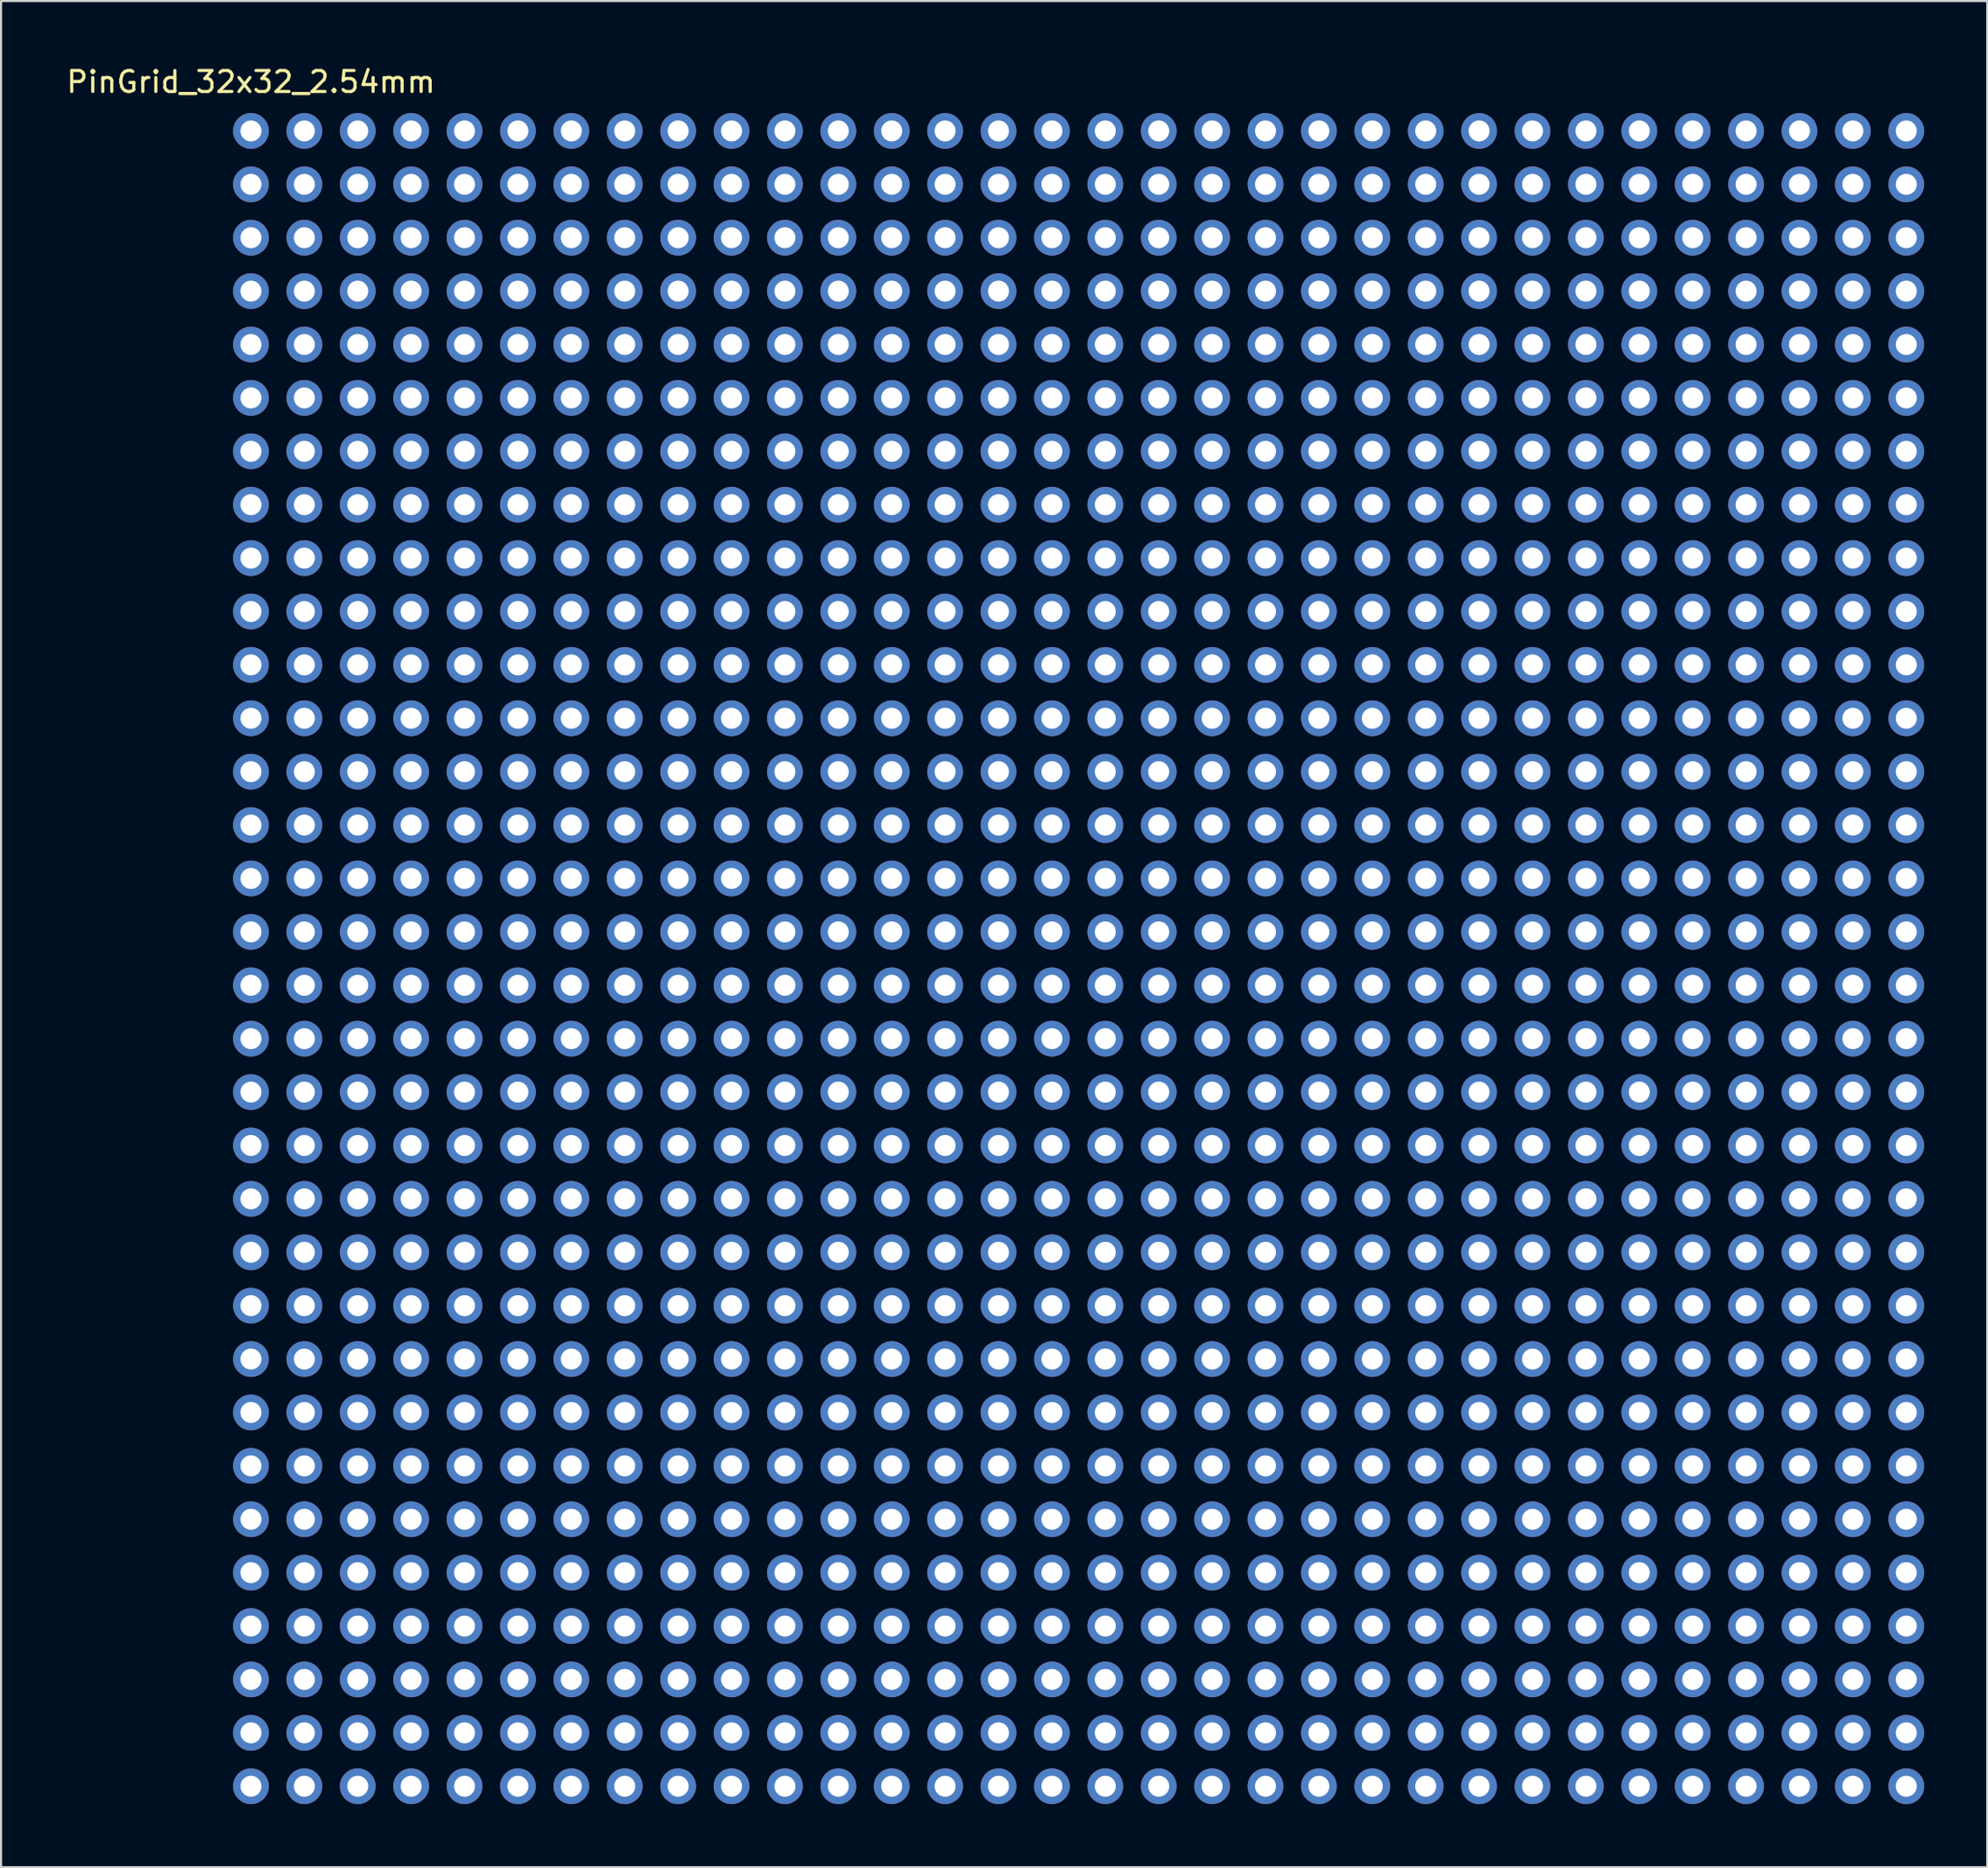
<source format=kicad_pcb>
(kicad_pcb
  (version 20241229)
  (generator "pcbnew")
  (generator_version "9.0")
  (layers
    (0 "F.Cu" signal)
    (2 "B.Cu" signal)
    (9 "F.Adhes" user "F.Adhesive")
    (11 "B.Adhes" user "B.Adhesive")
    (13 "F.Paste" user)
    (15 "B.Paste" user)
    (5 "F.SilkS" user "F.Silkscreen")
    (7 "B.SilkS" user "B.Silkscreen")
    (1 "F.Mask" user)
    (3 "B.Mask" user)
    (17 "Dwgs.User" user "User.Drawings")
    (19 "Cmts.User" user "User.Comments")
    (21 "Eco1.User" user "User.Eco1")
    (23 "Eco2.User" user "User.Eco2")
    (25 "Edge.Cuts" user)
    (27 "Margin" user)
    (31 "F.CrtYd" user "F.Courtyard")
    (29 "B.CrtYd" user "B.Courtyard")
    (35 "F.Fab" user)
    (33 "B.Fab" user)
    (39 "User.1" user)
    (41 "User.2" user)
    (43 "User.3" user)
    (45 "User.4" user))
  (footprint "PinGrid_32x32_2.54mm"
    (layer "F.Cu")
    (at 8.887 3.178)
    (property "Reference" "PinGrid_32x32_2.54mm" (at 0 -2.33 0) (layer "F.SilkS") (effects (font (size 1 1) (thickness 0.15))))
    (attr through_hole)
    (pad "1" thru_hole circle (at 0 0) (size 1.7 1.7) (drill 1) (layers "*.Cu" "*.Mask"))
    (pad "2" thru_hole circle (at 2.54 0) (size 1.7 1.7) (drill 1) (layers "*.Cu" "*.Mask"))
    (pad "3" thru_hole circle (at 5.08 0) (size 1.7 1.7) (drill 1) (layers "*.Cu" "*.Mask"))
    (pad "4" thru_hole circle (at 7.62 0) (size 1.7 1.7) (drill 1) (layers "*.Cu" "*.Mask"))
    (pad "5" thru_hole circle (at 10.16 0) (size 1.7 1.7) (drill 1) (layers "*.Cu" "*.Mask"))
    (pad "6" thru_hole circle (at 12.7 0) (size 1.7 1.7) (drill 1) (layers "*.Cu" "*.Mask"))
    (pad "7" thru_hole circle (at 15.24 0) (size 1.7 1.7) (drill 1) (layers "*.Cu" "*.Mask"))
    (pad "8" thru_hole circle (at 17.78 0) (size 1.7 1.7) (drill 1) (layers "*.Cu" "*.Mask"))
    (pad "9" thru_hole circle (at 20.32 0) (size 1.7 1.7) (drill 1) (layers "*.Cu" "*.Mask"))
    (pad "10" thru_hole circle (at 22.86 0) (size 1.7 1.7) (drill 1) (layers "*.Cu" "*.Mask"))
    (pad "11" thru_hole circle (at 25.4 0) (size 1.7 1.7) (drill 1) (layers "*.Cu" "*.Mask"))
    (pad "12" thru_hole circle (at 27.94 0) (size 1.7 1.7) (drill 1) (layers "*.Cu" "*.Mask"))
    (pad "13" thru_hole circle (at 30.48 0) (size 1.7 1.7) (drill 1) (layers "*.Cu" "*.Mask"))
    (pad "14" thru_hole circle (at 33.02 0) (size 1.7 1.7) (drill 1) (layers "*.Cu" "*.Mask"))
    (pad "15" thru_hole circle (at 35.56 0) (size 1.7 1.7) (drill 1) (layers "*.Cu" "*.Mask"))
    (pad "16" thru_hole circle (at 38.1 0) (size 1.7 1.7) (drill 1) (layers "*.Cu" "*.Mask"))
    (pad "17" thru_hole circle (at 40.64 0) (size 1.7 1.7) (drill 1) (layers "*.Cu" "*.Mask"))
    (pad "18" thru_hole circle (at 43.18 0) (size 1.7 1.7) (drill 1) (layers "*.Cu" "*.Mask"))
    (pad "19" thru_hole circle (at 45.72 0) (size 1.7 1.7) (drill 1) (layers "*.Cu" "*.Mask"))
    (pad "20" thru_hole circle (at 48.26 0) (size 1.7 1.7) (drill 1) (layers "*.Cu" "*.Mask"))
    (pad "21" thru_hole circle (at 50.8 0) (size 1.7 1.7) (drill 1) (layers "*.Cu" "*.Mask"))
    (pad "22" thru_hole circle (at 53.34 0) (size 1.7 1.7) (drill 1) (layers "*.Cu" "*.Mask"))
    (pad "23" thru_hole circle (at 55.88 0) (size 1.7 1.7) (drill 1) (layers "*.Cu" "*.Mask"))
    (pad "24" thru_hole circle (at 58.42 0) (size 1.7 1.7) (drill 1) (layers "*.Cu" "*.Mask"))
    (pad "25" thru_hole circle (at 60.96 0) (size 1.7 1.7) (drill 1) (layers "*.Cu" "*.Mask"))
    (pad "26" thru_hole circle (at 63.5 0) (size 1.7 1.7) (drill 1) (layers "*.Cu" "*.Mask"))
    (pad "27" thru_hole circle (at 66.04 0) (size 1.7 1.7) (drill 1) (layers "*.Cu" "*.Mask"))
    (pad "28" thru_hole circle (at 68.58 0) (size 1.7 1.7) (drill 1) (layers "*.Cu" "*.Mask"))
    (pad "29" thru_hole circle (at 71.12 0) (size 1.7 1.7) (drill 1) (layers "*.Cu" "*.Mask"))
    (pad "30" thru_hole circle (at 73.66 0) (size 1.7 1.7) (drill 1) (layers "*.Cu" "*.Mask"))
    (pad "31" thru_hole circle (at 76.2 0) (size 1.7 1.7) (drill 1) (layers "*.Cu" "*.Mask"))
    (pad "32" thru_hole circle (at 78.74 0) (size 1.7 1.7) (drill 1) (layers "*.Cu" "*.Mask"))
    (pad "33" thru_hole circle (at 0 2.54) (size 1.7 1.7) (drill 1) (layers "*.Cu" "*.Mask"))
    (pad "34" thru_hole circle (at 2.54 2.54) (size 1.7 1.7) (drill 1) (layers "*.Cu" "*.Mask"))
    (pad "35" thru_hole circle (at 5.08 2.54) (size 1.7 1.7) (drill 1) (layers "*.Cu" "*.Mask"))
    (pad "36" thru_hole circle (at 7.62 2.54) (size 1.7 1.7) (drill 1) (layers "*.Cu" "*.Mask"))
    (pad "37" thru_hole circle (at 10.16 2.54) (size 1.7 1.7) (drill 1) (layers "*.Cu" "*.Mask"))
    (pad "38" thru_hole circle (at 12.7 2.54) (size 1.7 1.7) (drill 1) (layers "*.Cu" "*.Mask"))
    (pad "39" thru_hole circle (at 15.24 2.54) (size 1.7 1.7) (drill 1) (layers "*.Cu" "*.Mask"))
    (pad "40" thru_hole circle (at 17.78 2.54) (size 1.7 1.7) (drill 1) (layers "*.Cu" "*.Mask"))
    (pad "41" thru_hole circle (at 20.32 2.54) (size 1.7 1.7) (drill 1) (layers "*.Cu" "*.Mask"))
    (pad "42" thru_hole circle (at 22.86 2.54) (size 1.7 1.7) (drill 1) (layers "*.Cu" "*.Mask"))
    (pad "43" thru_hole circle (at 25.4 2.54) (size 1.7 1.7) (drill 1) (layers "*.Cu" "*.Mask"))
    (pad "44" thru_hole circle (at 27.94 2.54) (size 1.7 1.7) (drill 1) (layers "*.Cu" "*.Mask"))
    (pad "45" thru_hole circle (at 30.48 2.54) (size 1.7 1.7) (drill 1) (layers "*.Cu" "*.Mask"))
    (pad "46" thru_hole circle (at 33.02 2.54) (size 1.7 1.7) (drill 1) (layers "*.Cu" "*.Mask"))
    (pad "47" thru_hole circle (at 35.56 2.54) (size 1.7 1.7) (drill 1) (layers "*.Cu" "*.Mask"))
    (pad "48" thru_hole circle (at 38.1 2.54) (size 1.7 1.7) (drill 1) (layers "*.Cu" "*.Mask"))
    (pad "49" thru_hole circle (at 40.64 2.54) (size 1.7 1.7) (drill 1) (layers "*.Cu" "*.Mask"))
    (pad "50" thru_hole circle (at 43.18 2.54) (size 1.7 1.7) (drill 1) (layers "*.Cu" "*.Mask"))
    (pad "51" thru_hole circle (at 45.72 2.54) (size 1.7 1.7) (drill 1) (layers "*.Cu" "*.Mask"))
    (pad "52" thru_hole circle (at 48.26 2.54) (size 1.7 1.7) (drill 1) (layers "*.Cu" "*.Mask"))
    (pad "53" thru_hole circle (at 50.8 2.54) (size 1.7 1.7) (drill 1) (layers "*.Cu" "*.Mask"))
    (pad "54" thru_hole circle (at 53.34 2.54) (size 1.7 1.7) (drill 1) (layers "*.Cu" "*.Mask"))
    (pad "55" thru_hole circle (at 55.88 2.54) (size 1.7 1.7) (drill 1) (layers "*.Cu" "*.Mask"))
    (pad "56" thru_hole circle (at 58.42 2.54) (size 1.7 1.7) (drill 1) (layers "*.Cu" "*.Mask"))
    (pad "57" thru_hole circle (at 60.96 2.54) (size 1.7 1.7) (drill 1) (layers "*.Cu" "*.Mask"))
    (pad "58" thru_hole circle (at 63.5 2.54) (size 1.7 1.7) (drill 1) (layers "*.Cu" "*.Mask"))
    (pad "59" thru_hole circle (at 66.04 2.54) (size 1.7 1.7) (drill 1) (layers "*.Cu" "*.Mask"))
    (pad "60" thru_hole circle (at 68.58 2.54) (size 1.7 1.7) (drill 1) (layers "*.Cu" "*.Mask"))
    (pad "61" thru_hole circle (at 71.12 2.54) (size 1.7 1.7) (drill 1) (layers "*.Cu" "*.Mask"))
    (pad "62" thru_hole circle (at 73.66 2.54) (size 1.7 1.7) (drill 1) (layers "*.Cu" "*.Mask"))
    (pad "63" thru_hole circle (at 76.2 2.54) (size 1.7 1.7) (drill 1) (layers "*.Cu" "*.Mask"))
    (pad "64" thru_hole circle (at 78.74 2.54) (size 1.7 1.7) (drill 1) (layers "*.Cu" "*.Mask"))
    (pad "65" thru_hole circle (at 0 5.08) (size 1.7 1.7) (drill 1) (layers "*.Cu" "*.Mask"))
    (pad "66" thru_hole circle (at 2.54 5.08) (size 1.7 1.7) (drill 1) (layers "*.Cu" "*.Mask"))
    (pad "67" thru_hole circle (at 5.08 5.08) (size 1.7 1.7) (drill 1) (layers "*.Cu" "*.Mask"))
    (pad "68" thru_hole circle (at 7.62 5.08) (size 1.7 1.7) (drill 1) (layers "*.Cu" "*.Mask"))
    (pad "69" thru_hole circle (at 10.16 5.08) (size 1.7 1.7) (drill 1) (layers "*.Cu" "*.Mask"))
    (pad "70" thru_hole circle (at 12.7 5.08) (size 1.7 1.7) (drill 1) (layers "*.Cu" "*.Mask"))
    (pad "71" thru_hole circle (at 15.24 5.08) (size 1.7 1.7) (drill 1) (layers "*.Cu" "*.Mask"))
    (pad "72" thru_hole circle (at 17.78 5.08) (size 1.7 1.7) (drill 1) (layers "*.Cu" "*.Mask"))
    (pad "73" thru_hole circle (at 20.32 5.08) (size 1.7 1.7) (drill 1) (layers "*.Cu" "*.Mask"))
    (pad "74" thru_hole circle (at 22.86 5.08) (size 1.7 1.7) (drill 1) (layers "*.Cu" "*.Mask"))
    (pad "75" thru_hole circle (at 25.4 5.08) (size 1.7 1.7) (drill 1) (layers "*.Cu" "*.Mask"))
    (pad "76" thru_hole circle (at 27.94 5.08) (size 1.7 1.7) (drill 1) (layers "*.Cu" "*.Mask"))
    (pad "77" thru_hole circle (at 30.48 5.08) (size 1.7 1.7) (drill 1) (layers "*.Cu" "*.Mask"))
    (pad "78" thru_hole circle (at 33.02 5.08) (size 1.7 1.7) (drill 1) (layers "*.Cu" "*.Mask"))
    (pad "79" thru_hole circle (at 35.56 5.08) (size 1.7 1.7) (drill 1) (layers "*.Cu" "*.Mask"))
    (pad "80" thru_hole circle (at 38.1 5.08) (size 1.7 1.7) (drill 1) (layers "*.Cu" "*.Mask"))
    (pad "81" thru_hole circle (at 40.64 5.08) (size 1.7 1.7) (drill 1) (layers "*.Cu" "*.Mask"))
    (pad "82" thru_hole circle (at 43.18 5.08) (size 1.7 1.7) (drill 1) (layers "*.Cu" "*.Mask"))
    (pad "83" thru_hole circle (at 45.72 5.08) (size 1.7 1.7) (drill 1) (layers "*.Cu" "*.Mask"))
    (pad "84" thru_hole circle (at 48.26 5.08) (size 1.7 1.7) (drill 1) (layers "*.Cu" "*.Mask"))
    (pad "85" thru_hole circle (at 50.8 5.08) (size 1.7 1.7) (drill 1) (layers "*.Cu" "*.Mask"))
    (pad "86" thru_hole circle (at 53.34 5.08) (size 1.7 1.7) (drill 1) (layers "*.Cu" "*.Mask"))
    (pad "87" thru_hole circle (at 55.88 5.08) (size 1.7 1.7) (drill 1) (layers "*.Cu" "*.Mask"))
    (pad "88" thru_hole circle (at 58.42 5.08) (size 1.7 1.7) (drill 1) (layers "*.Cu" "*.Mask"))
    (pad "89" thru_hole circle (at 60.96 5.08) (size 1.7 1.7) (drill 1) (layers "*.Cu" "*.Mask"))
    (pad "90" thru_hole circle (at 63.5 5.08) (size 1.7 1.7) (drill 1) (layers "*.Cu" "*.Mask"))
    (pad "91" thru_hole circle (at 66.04 5.08) (size 1.7 1.7) (drill 1) (layers "*.Cu" "*.Mask"))
    (pad "92" thru_hole circle (at 68.58 5.08) (size 1.7 1.7) (drill 1) (layers "*.Cu" "*.Mask"))
    (pad "93" thru_hole circle (at 71.12 5.08) (size 1.7 1.7) (drill 1) (layers "*.Cu" "*.Mask"))
    (pad "94" thru_hole circle (at 73.66 5.08) (size 1.7 1.7) (drill 1) (layers "*.Cu" "*.Mask"))
    (pad "95" thru_hole circle (at 76.2 5.08) (size 1.7 1.7) (drill 1) (layers "*.Cu" "*.Mask"))
    (pad "96" thru_hole circle (at 78.74 5.08) (size 1.7 1.7) (drill 1) (layers "*.Cu" "*.Mask"))
    (pad "97" thru_hole circle (at 0 7.62) (size 1.7 1.7) (drill 1) (layers "*.Cu" "*.Mask"))
    (pad "98" thru_hole circle (at 2.54 7.62) (size 1.7 1.7) (drill 1) (layers "*.Cu" "*.Mask"))
    (pad "99" thru_hole circle (at 5.08 7.62) (size 1.7 1.7) (drill 1) (layers "*.Cu" "*.Mask"))
    (pad "100" thru_hole circle (at 7.62 7.62) (size 1.7 1.7) (drill 1) (layers "*.Cu" "*.Mask"))
    (pad "101" thru_hole circle (at 10.16 7.62) (size 1.7 1.7) (drill 1) (layers "*.Cu" "*.Mask"))
    (pad "102" thru_hole circle (at 12.7 7.62) (size 1.7 1.7) (drill 1) (layers "*.Cu" "*.Mask"))
    (pad "103" thru_hole circle (at 15.24 7.62) (size 1.7 1.7) (drill 1) (layers "*.Cu" "*.Mask"))
    (pad "104" thru_hole circle (at 17.78 7.62) (size 1.7 1.7) (drill 1) (layers "*.Cu" "*.Mask"))
    (pad "105" thru_hole circle (at 20.32 7.62) (size 1.7 1.7) (drill 1) (layers "*.Cu" "*.Mask"))
    (pad "106" thru_hole circle (at 22.86 7.62) (size 1.7 1.7) (drill 1) (layers "*.Cu" "*.Mask"))
    (pad "107" thru_hole circle (at 25.4 7.62) (size 1.7 1.7) (drill 1) (layers "*.Cu" "*.Mask"))
    (pad "108" thru_hole circle (at 27.94 7.62) (size 1.7 1.7) (drill 1) (layers "*.Cu" "*.Mask"))
    (pad "109" thru_hole circle (at 30.48 7.62) (size 1.7 1.7) (drill 1) (layers "*.Cu" "*.Mask"))
    (pad "110" thru_hole circle (at 33.02 7.62) (size 1.7 1.7) (drill 1) (layers "*.Cu" "*.Mask"))
    (pad "111" thru_hole circle (at 35.56 7.62) (size 1.7 1.7) (drill 1) (layers "*.Cu" "*.Mask"))
    (pad "112" thru_hole circle (at 38.1 7.62) (size 1.7 1.7) (drill 1) (layers "*.Cu" "*.Mask"))
    (pad "113" thru_hole circle (at 40.64 7.62) (size 1.7 1.7) (drill 1) (layers "*.Cu" "*.Mask"))
    (pad "114" thru_hole circle (at 43.18 7.62) (size 1.7 1.7) (drill 1) (layers "*.Cu" "*.Mask"))
    (pad "115" thru_hole circle (at 45.72 7.62) (size 1.7 1.7) (drill 1) (layers "*.Cu" "*.Mask"))
    (pad "116" thru_hole circle (at 48.26 7.62) (size 1.7 1.7) (drill 1) (layers "*.Cu" "*.Mask"))
    (pad "117" thru_hole circle (at 50.8 7.62) (size 1.7 1.7) (drill 1) (layers "*.Cu" "*.Mask"))
    (pad "118" thru_hole circle (at 53.34 7.62) (size 1.7 1.7) (drill 1) (layers "*.Cu" "*.Mask"))
    (pad "119" thru_hole circle (at 55.88 7.62) (size 1.7 1.7) (drill 1) (layers "*.Cu" "*.Mask"))
    (pad "120" thru_hole circle (at 58.42 7.62) (size 1.7 1.7) (drill 1) (layers "*.Cu" "*.Mask"))
    (pad "121" thru_hole circle (at 60.96 7.62) (size 1.7 1.7) (drill 1) (layers "*.Cu" "*.Mask"))
    (pad "122" thru_hole circle (at 63.5 7.62) (size 1.7 1.7) (drill 1) (layers "*.Cu" "*.Mask"))
    (pad "123" thru_hole circle (at 66.04 7.62) (size 1.7 1.7) (drill 1) (layers "*.Cu" "*.Mask"))
    (pad "124" thru_hole circle (at 68.58 7.62) (size 1.7 1.7) (drill 1) (layers "*.Cu" "*.Mask"))
    (pad "125" thru_hole circle (at 71.12 7.62) (size 1.7 1.7) (drill 1) (layers "*.Cu" "*.Mask"))
    (pad "126" thru_hole circle (at 73.66 7.62) (size 1.7 1.7) (drill 1) (layers "*.Cu" "*.Mask"))
    (pad "127" thru_hole circle (at 76.2 7.62) (size 1.7 1.7) (drill 1) (layers "*.Cu" "*.Mask"))
    (pad "128" thru_hole circle (at 78.74 7.62) (size 1.7 1.7) (drill 1) (layers "*.Cu" "*.Mask"))
    (pad "129" thru_hole circle (at 0 10.16) (size 1.7 1.7) (drill 1) (layers "*.Cu" "*.Mask"))
    (pad "130" thru_hole circle (at 2.54 10.16) (size 1.7 1.7) (drill 1) (layers "*.Cu" "*.Mask"))
    (pad "131" thru_hole circle (at 5.08 10.16) (size 1.7 1.7) (drill 1) (layers "*.Cu" "*.Mask"))
    (pad "132" thru_hole circle (at 7.62 10.16) (size 1.7 1.7) (drill 1) (layers "*.Cu" "*.Mask"))
    (pad "133" thru_hole circle (at 10.16 10.16) (size 1.7 1.7) (drill 1) (layers "*.Cu" "*.Mask"))
    (pad "134" thru_hole circle (at 12.7 10.16) (size 1.7 1.7) (drill 1) (layers "*.Cu" "*.Mask"))
    (pad "135" thru_hole circle (at 15.24 10.16) (size 1.7 1.7) (drill 1) (layers "*.Cu" "*.Mask"))
    (pad "136" thru_hole circle (at 17.78 10.16) (size 1.7 1.7) (drill 1) (layers "*.Cu" "*.Mask"))
    (pad "137" thru_hole circle (at 20.32 10.16) (size 1.7 1.7) (drill 1) (layers "*.Cu" "*.Mask"))
    (pad "138" thru_hole circle (at 22.86 10.16) (size 1.7 1.7) (drill 1) (layers "*.Cu" "*.Mask"))
    (pad "139" thru_hole circle (at 25.4 10.16) (size 1.7 1.7) (drill 1) (layers "*.Cu" "*.Mask"))
    (pad "140" thru_hole circle (at 27.94 10.16) (size 1.7 1.7) (drill 1) (layers "*.Cu" "*.Mask"))
    (pad "141" thru_hole circle (at 30.48 10.16) (size 1.7 1.7) (drill 1) (layers "*.Cu" "*.Mask"))
    (pad "142" thru_hole circle (at 33.02 10.16) (size 1.7 1.7) (drill 1) (layers "*.Cu" "*.Mask"))
    (pad "143" thru_hole circle (at 35.56 10.16) (size 1.7 1.7) (drill 1) (layers "*.Cu" "*.Mask"))
    (pad "144" thru_hole circle (at 38.1 10.16) (size 1.7 1.7) (drill 1) (layers "*.Cu" "*.Mask"))
    (pad "145" thru_hole circle (at 40.64 10.16) (size 1.7 1.7) (drill 1) (layers "*.Cu" "*.Mask"))
    (pad "146" thru_hole circle (at 43.18 10.16) (size 1.7 1.7) (drill 1) (layers "*.Cu" "*.Mask"))
    (pad "147" thru_hole circle (at 45.72 10.16) (size 1.7 1.7) (drill 1) (layers "*.Cu" "*.Mask"))
    (pad "148" thru_hole circle (at 48.26 10.16) (size 1.7 1.7) (drill 1) (layers "*.Cu" "*.Mask"))
    (pad "149" thru_hole circle (at 50.8 10.16) (size 1.7 1.7) (drill 1) (layers "*.Cu" "*.Mask"))
    (pad "150" thru_hole circle (at 53.34 10.16) (size 1.7 1.7) (drill 1) (layers "*.Cu" "*.Mask"))
    (pad "151" thru_hole circle (at 55.88 10.16) (size 1.7 1.7) (drill 1) (layers "*.Cu" "*.Mask"))
    (pad "152" thru_hole circle (at 58.42 10.16) (size 1.7 1.7) (drill 1) (layers "*.Cu" "*.Mask"))
    (pad "153" thru_hole circle (at 60.96 10.16) (size 1.7 1.7) (drill 1) (layers "*.Cu" "*.Mask"))
    (pad "154" thru_hole circle (at 63.5 10.16) (size 1.7 1.7) (drill 1) (layers "*.Cu" "*.Mask"))
    (pad "155" thru_hole circle (at 66.04 10.16) (size 1.7 1.7) (drill 1) (layers "*.Cu" "*.Mask"))
    (pad "156" thru_hole circle (at 68.58 10.16) (size 1.7 1.7) (drill 1) (layers "*.Cu" "*.Mask"))
    (pad "157" thru_hole circle (at 71.12 10.16) (size 1.7 1.7) (drill 1) (layers "*.Cu" "*.Mask"))
    (pad "158" thru_hole circle (at 73.66 10.16) (size 1.7 1.7) (drill 1) (layers "*.Cu" "*.Mask"))
    (pad "159" thru_hole circle (at 76.2 10.16) (size 1.7 1.7) (drill 1) (layers "*.Cu" "*.Mask"))
    (pad "160" thru_hole circle (at 78.74 10.16) (size 1.7 1.7) (drill 1) (layers "*.Cu" "*.Mask"))
    (pad "161" thru_hole circle (at 0 12.7) (size 1.7 1.7) (drill 1) (layers "*.Cu" "*.Mask"))
    (pad "162" thru_hole circle (at 2.54 12.7) (size 1.7 1.7) (drill 1) (layers "*.Cu" "*.Mask"))
    (pad "163" thru_hole circle (at 5.08 12.7) (size 1.7 1.7) (drill 1) (layers "*.Cu" "*.Mask"))
    (pad "164" thru_hole circle (at 7.62 12.7) (size 1.7 1.7) (drill 1) (layers "*.Cu" "*.Mask"))
    (pad "165" thru_hole circle (at 10.16 12.7) (size 1.7 1.7) (drill 1) (layers "*.Cu" "*.Mask"))
    (pad "166" thru_hole circle (at 12.7 12.7) (size 1.7 1.7) (drill 1) (layers "*.Cu" "*.Mask"))
    (pad "167" thru_hole circle (at 15.24 12.7) (size 1.7 1.7) (drill 1) (layers "*.Cu" "*.Mask"))
    (pad "168" thru_hole circle (at 17.78 12.7) (size 1.7 1.7) (drill 1) (layers "*.Cu" "*.Mask"))
    (pad "169" thru_hole circle (at 20.32 12.7) (size 1.7 1.7) (drill 1) (layers "*.Cu" "*.Mask"))
    (pad "170" thru_hole circle (at 22.86 12.7) (size 1.7 1.7) (drill 1) (layers "*.Cu" "*.Mask"))
    (pad "171" thru_hole circle (at 25.4 12.7) (size 1.7 1.7) (drill 1) (layers "*.Cu" "*.Mask"))
    (pad "172" thru_hole circle (at 27.94 12.7) (size 1.7 1.7) (drill 1) (layers "*.Cu" "*.Mask"))
    (pad "173" thru_hole circle (at 30.48 12.7) (size 1.7 1.7) (drill 1) (layers "*.Cu" "*.Mask"))
    (pad "174" thru_hole circle (at 33.02 12.7) (size 1.7 1.7) (drill 1) (layers "*.Cu" "*.Mask"))
    (pad "175" thru_hole circle (at 35.56 12.7) (size 1.7 1.7) (drill 1) (layers "*.Cu" "*.Mask"))
    (pad "176" thru_hole circle (at 38.1 12.7) (size 1.7 1.7) (drill 1) (layers "*.Cu" "*.Mask"))
    (pad "177" thru_hole circle (at 40.64 12.7) (size 1.7 1.7) (drill 1) (layers "*.Cu" "*.Mask"))
    (pad "178" thru_hole circle (at 43.18 12.7) (size 1.7 1.7) (drill 1) (layers "*.Cu" "*.Mask"))
    (pad "179" thru_hole circle (at 45.72 12.7) (size 1.7 1.7) (drill 1) (layers "*.Cu" "*.Mask"))
    (pad "180" thru_hole circle (at 48.26 12.7) (size 1.7 1.7) (drill 1) (layers "*.Cu" "*.Mask"))
    (pad "181" thru_hole circle (at 50.8 12.7) (size 1.7 1.7) (drill 1) (layers "*.Cu" "*.Mask"))
    (pad "182" thru_hole circle (at 53.34 12.7) (size 1.7 1.7) (drill 1) (layers "*.Cu" "*.Mask"))
    (pad "183" thru_hole circle (at 55.88 12.7) (size 1.7 1.7) (drill 1) (layers "*.Cu" "*.Mask"))
    (pad "184" thru_hole circle (at 58.42 12.7) (size 1.7 1.7) (drill 1) (layers "*.Cu" "*.Mask"))
    (pad "185" thru_hole circle (at 60.96 12.7) (size 1.7 1.7) (drill 1) (layers "*.Cu" "*.Mask"))
    (pad "186" thru_hole circle (at 63.5 12.7) (size 1.7 1.7) (drill 1) (layers "*.Cu" "*.Mask"))
    (pad "187" thru_hole circle (at 66.04 12.7) (size 1.7 1.7) (drill 1) (layers "*.Cu" "*.Mask"))
    (pad "188" thru_hole circle (at 68.58 12.7) (size 1.7 1.7) (drill 1) (layers "*.Cu" "*.Mask"))
    (pad "189" thru_hole circle (at 71.12 12.7) (size 1.7 1.7) (drill 1) (layers "*.Cu" "*.Mask"))
    (pad "190" thru_hole circle (at 73.66 12.7) (size 1.7 1.7) (drill 1) (layers "*.Cu" "*.Mask"))
    (pad "191" thru_hole circle (at 76.2 12.7) (size 1.7 1.7) (drill 1) (layers "*.Cu" "*.Mask"))
    (pad "192" thru_hole circle (at 78.74 12.7) (size 1.7 1.7) (drill 1) (layers "*.Cu" "*.Mask"))
    (pad "193" thru_hole circle (at 0 15.24) (size 1.7 1.7) (drill 1) (layers "*.Cu" "*.Mask"))
    (pad "194" thru_hole circle (at 2.54 15.24) (size 1.7 1.7) (drill 1) (layers "*.Cu" "*.Mask"))
    (pad "195" thru_hole circle (at 5.08 15.24) (size 1.7 1.7) (drill 1) (layers "*.Cu" "*.Mask"))
    (pad "196" thru_hole circle (at 7.62 15.24) (size 1.7 1.7) (drill 1) (layers "*.Cu" "*.Mask"))
    (pad "197" thru_hole circle (at 10.16 15.24) (size 1.7 1.7) (drill 1) (layers "*.Cu" "*.Mask"))
    (pad "198" thru_hole circle (at 12.7 15.24) (size 1.7 1.7) (drill 1) (layers "*.Cu" "*.Mask"))
    (pad "199" thru_hole circle (at 15.24 15.24) (size 1.7 1.7) (drill 1) (layers "*.Cu" "*.Mask"))
    (pad "200" thru_hole circle (at 17.78 15.24) (size 1.7 1.7) (drill 1) (layers "*.Cu" "*.Mask"))
    (pad "201" thru_hole circle (at 20.32 15.24) (size 1.7 1.7) (drill 1) (layers "*.Cu" "*.Mask"))
    (pad "202" thru_hole circle (at 22.86 15.24) (size 1.7 1.7) (drill 1) (layers "*.Cu" "*.Mask"))
    (pad "203" thru_hole circle (at 25.4 15.24) (size 1.7 1.7) (drill 1) (layers "*.Cu" "*.Mask"))
    (pad "204" thru_hole circle (at 27.94 15.24) (size 1.7 1.7) (drill 1) (layers "*.Cu" "*.Mask"))
    (pad "205" thru_hole circle (at 30.48 15.24) (size 1.7 1.7) (drill 1) (layers "*.Cu" "*.Mask"))
    (pad "206" thru_hole circle (at 33.02 15.24) (size 1.7 1.7) (drill 1) (layers "*.Cu" "*.Mask"))
    (pad "207" thru_hole circle (at 35.56 15.24) (size 1.7 1.7) (drill 1) (layers "*.Cu" "*.Mask"))
    (pad "208" thru_hole circle (at 38.1 15.24) (size 1.7 1.7) (drill 1) (layers "*.Cu" "*.Mask"))
    (pad "209" thru_hole circle (at 40.64 15.24) (size 1.7 1.7) (drill 1) (layers "*.Cu" "*.Mask"))
    (pad "210" thru_hole circle (at 43.18 15.24) (size 1.7 1.7) (drill 1) (layers "*.Cu" "*.Mask"))
    (pad "211" thru_hole circle (at 45.72 15.24) (size 1.7 1.7) (drill 1) (layers "*.Cu" "*.Mask"))
    (pad "212" thru_hole circle (at 48.26 15.24) (size 1.7 1.7) (drill 1) (layers "*.Cu" "*.Mask"))
    (pad "213" thru_hole circle (at 50.8 15.24) (size 1.7 1.7) (drill 1) (layers "*.Cu" "*.Mask"))
    (pad "214" thru_hole circle (at 53.34 15.24) (size 1.7 1.7) (drill 1) (layers "*.Cu" "*.Mask"))
    (pad "215" thru_hole circle (at 55.88 15.24) (size 1.7 1.7) (drill 1) (layers "*.Cu" "*.Mask"))
    (pad "216" thru_hole circle (at 58.42 15.24) (size 1.7 1.7) (drill 1) (layers "*.Cu" "*.Mask"))
    (pad "217" thru_hole circle (at 60.96 15.24) (size 1.7 1.7) (drill 1) (layers "*.Cu" "*.Mask"))
    (pad "218" thru_hole circle (at 63.5 15.24) (size 1.7 1.7) (drill 1) (layers "*.Cu" "*.Mask"))
    (pad "219" thru_hole circle (at 66.04 15.24) (size 1.7 1.7) (drill 1) (layers "*.Cu" "*.Mask"))
    (pad "220" thru_hole circle (at 68.58 15.24) (size 1.7 1.7) (drill 1) (layers "*.Cu" "*.Mask"))
    (pad "221" thru_hole circle (at 71.12 15.24) (size 1.7 1.7) (drill 1) (layers "*.Cu" "*.Mask"))
    (pad "222" thru_hole circle (at 73.66 15.24) (size 1.7 1.7) (drill 1) (layers "*.Cu" "*.Mask"))
    (pad "223" thru_hole circle (at 76.2 15.24) (size 1.7 1.7) (drill 1) (layers "*.Cu" "*.Mask"))
    (pad "224" thru_hole circle (at 78.74 15.24) (size 1.7 1.7) (drill 1) (layers "*.Cu" "*.Mask"))
    (pad "225" thru_hole circle (at 0 17.78) (size 1.7 1.7) (drill 1) (layers "*.Cu" "*.Mask"))
    (pad "226" thru_hole circle (at 2.54 17.78) (size 1.7 1.7) (drill 1) (layers "*.Cu" "*.Mask"))
    (pad "227" thru_hole circle (at 5.08 17.78) (size 1.7 1.7) (drill 1) (layers "*.Cu" "*.Mask"))
    (pad "228" thru_hole circle (at 7.62 17.78) (size 1.7 1.7) (drill 1) (layers "*.Cu" "*.Mask"))
    (pad "229" thru_hole circle (at 10.16 17.78) (size 1.7 1.7) (drill 1) (layers "*.Cu" "*.Mask"))
    (pad "230" thru_hole circle (at 12.7 17.78) (size 1.7 1.7) (drill 1) (layers "*.Cu" "*.Mask"))
    (pad "231" thru_hole circle (at 15.24 17.78) (size 1.7 1.7) (drill 1) (layers "*.Cu" "*.Mask"))
    (pad "232" thru_hole circle (at 17.78 17.78) (size 1.7 1.7) (drill 1) (layers "*.Cu" "*.Mask"))
    (pad "233" thru_hole circle (at 20.32 17.78) (size 1.7 1.7) (drill 1) (layers "*.Cu" "*.Mask"))
    (pad "234" thru_hole circle (at 22.86 17.78) (size 1.7 1.7) (drill 1) (layers "*.Cu" "*.Mask"))
    (pad "235" thru_hole circle (at 25.4 17.78) (size 1.7 1.7) (drill 1) (layers "*.Cu" "*.Mask"))
    (pad "236" thru_hole circle (at 27.94 17.78) (size 1.7 1.7) (drill 1) (layers "*.Cu" "*.Mask"))
    (pad "237" thru_hole circle (at 30.48 17.78) (size 1.7 1.7) (drill 1) (layers "*.Cu" "*.Mask"))
    (pad "238" thru_hole circle (at 33.02 17.78) (size 1.7 1.7) (drill 1) (layers "*.Cu" "*.Mask"))
    (pad "239" thru_hole circle (at 35.56 17.78) (size 1.7 1.7) (drill 1) (layers "*.Cu" "*.Mask"))
    (pad "240" thru_hole circle (at 38.1 17.78) (size 1.7 1.7) (drill 1) (layers "*.Cu" "*.Mask"))
    (pad "241" thru_hole circle (at 40.64 17.78) (size 1.7 1.7) (drill 1) (layers "*.Cu" "*.Mask"))
    (pad "242" thru_hole circle (at 43.18 17.78) (size 1.7 1.7) (drill 1) (layers "*.Cu" "*.Mask"))
    (pad "243" thru_hole circle (at 45.72 17.78) (size 1.7 1.7) (drill 1) (layers "*.Cu" "*.Mask"))
    (pad "244" thru_hole circle (at 48.26 17.78) (size 1.7 1.7) (drill 1) (layers "*.Cu" "*.Mask"))
    (pad "245" thru_hole circle (at 50.8 17.78) (size 1.7 1.7) (drill 1) (layers "*.Cu" "*.Mask"))
    (pad "246" thru_hole circle (at 53.34 17.78) (size 1.7 1.7) (drill 1) (layers "*.Cu" "*.Mask"))
    (pad "247" thru_hole circle (at 55.88 17.78) (size 1.7 1.7) (drill 1) (layers "*.Cu" "*.Mask"))
    (pad "248" thru_hole circle (at 58.42 17.78) (size 1.7 1.7) (drill 1) (layers "*.Cu" "*.Mask"))
    (pad "249" thru_hole circle (at 60.96 17.78) (size 1.7 1.7) (drill 1) (layers "*.Cu" "*.Mask"))
    (pad "250" thru_hole circle (at 63.5 17.78) (size 1.7 1.7) (drill 1) (layers "*.Cu" "*.Mask"))
    (pad "251" thru_hole circle (at 66.04 17.78) (size 1.7 1.7) (drill 1) (layers "*.Cu" "*.Mask"))
    (pad "252" thru_hole circle (at 68.58 17.78) (size 1.7 1.7) (drill 1) (layers "*.Cu" "*.Mask"))
    (pad "253" thru_hole circle (at 71.12 17.78) (size 1.7 1.7) (drill 1) (layers "*.Cu" "*.Mask"))
    (pad "254" thru_hole circle (at 73.66 17.78) (size 1.7 1.7) (drill 1) (layers "*.Cu" "*.Mask"))
    (pad "255" thru_hole circle (at 76.2 17.78) (size 1.7 1.7) (drill 1) (layers "*.Cu" "*.Mask"))
    (pad "256" thru_hole circle (at 78.74 17.78) (size 1.7 1.7) (drill 1) (layers "*.Cu" "*.Mask"))
    (pad "257" thru_hole circle (at 0 20.32) (size 1.7 1.7) (drill 1) (layers "*.Cu" "*.Mask"))
    (pad "258" thru_hole circle (at 2.54 20.32) (size 1.7 1.7) (drill 1) (layers "*.Cu" "*.Mask"))
    (pad "259" thru_hole circle (at 5.08 20.32) (size 1.7 1.7) (drill 1) (layers "*.Cu" "*.Mask"))
    (pad "260" thru_hole circle (at 7.62 20.32) (size 1.7 1.7) (drill 1) (layers "*.Cu" "*.Mask"))
    (pad "261" thru_hole circle (at 10.16 20.32) (size 1.7 1.7) (drill 1) (layers "*.Cu" "*.Mask"))
    (pad "262" thru_hole circle (at 12.7 20.32) (size 1.7 1.7) (drill 1) (layers "*.Cu" "*.Mask"))
    (pad "263" thru_hole circle (at 15.24 20.32) (size 1.7 1.7) (drill 1) (layers "*.Cu" "*.Mask"))
    (pad "264" thru_hole circle (at 17.78 20.32) (size 1.7 1.7) (drill 1) (layers "*.Cu" "*.Mask"))
    (pad "265" thru_hole circle (at 20.32 20.32) (size 1.7 1.7) (drill 1) (layers "*.Cu" "*.Mask"))
    (pad "266" thru_hole circle (at 22.86 20.32) (size 1.7 1.7) (drill 1) (layers "*.Cu" "*.Mask"))
    (pad "267" thru_hole circle (at 25.4 20.32) (size 1.7 1.7) (drill 1) (layers "*.Cu" "*.Mask"))
    (pad "268" thru_hole circle (at 27.94 20.32) (size 1.7 1.7) (drill 1) (layers "*.Cu" "*.Mask"))
    (pad "269" thru_hole circle (at 30.48 20.32) (size 1.7 1.7) (drill 1) (layers "*.Cu" "*.Mask"))
    (pad "270" thru_hole circle (at 33.02 20.32) (size 1.7 1.7) (drill 1) (layers "*.Cu" "*.Mask"))
    (pad "271" thru_hole circle (at 35.56 20.32) (size 1.7 1.7) (drill 1) (layers "*.Cu" "*.Mask"))
    (pad "272" thru_hole circle (at 38.1 20.32) (size 1.7 1.7) (drill 1) (layers "*.Cu" "*.Mask"))
    (pad "273" thru_hole circle (at 40.64 20.32) (size 1.7 1.7) (drill 1) (layers "*.Cu" "*.Mask"))
    (pad "274" thru_hole circle (at 43.18 20.32) (size 1.7 1.7) (drill 1) (layers "*.Cu" "*.Mask"))
    (pad "275" thru_hole circle (at 45.72 20.32) (size 1.7 1.7) (drill 1) (layers "*.Cu" "*.Mask"))
    (pad "276" thru_hole circle (at 48.26 20.32) (size 1.7 1.7) (drill 1) (layers "*.Cu" "*.Mask"))
    (pad "277" thru_hole circle (at 50.8 20.32) (size 1.7 1.7) (drill 1) (layers "*.Cu" "*.Mask"))
    (pad "278" thru_hole circle (at 53.34 20.32) (size 1.7 1.7) (drill 1) (layers "*.Cu" "*.Mask"))
    (pad "279" thru_hole circle (at 55.88 20.32) (size 1.7 1.7) (drill 1) (layers "*.Cu" "*.Mask"))
    (pad "280" thru_hole circle (at 58.42 20.32) (size 1.7 1.7) (drill 1) (layers "*.Cu" "*.Mask"))
    (pad "281" thru_hole circle (at 60.96 20.32) (size 1.7 1.7) (drill 1) (layers "*.Cu" "*.Mask"))
    (pad "282" thru_hole circle (at 63.5 20.32) (size 1.7 1.7) (drill 1) (layers "*.Cu" "*.Mask"))
    (pad "283" thru_hole circle (at 66.04 20.32) (size 1.7 1.7) (drill 1) (layers "*.Cu" "*.Mask"))
    (pad "284" thru_hole circle (at 68.58 20.32) (size 1.7 1.7) (drill 1) (layers "*.Cu" "*.Mask"))
    (pad "285" thru_hole circle (at 71.12 20.32) (size 1.7 1.7) (drill 1) (layers "*.Cu" "*.Mask"))
    (pad "286" thru_hole circle (at 73.66 20.32) (size 1.7 1.7) (drill 1) (layers "*.Cu" "*.Mask"))
    (pad "287" thru_hole circle (at 76.2 20.32) (size 1.7 1.7) (drill 1) (layers "*.Cu" "*.Mask"))
    (pad "288" thru_hole circle (at 78.74 20.32) (size 1.7 1.7) (drill 1) (layers "*.Cu" "*.Mask"))
    (pad "289" thru_hole circle (at 0 22.86) (size 1.7 1.7) (drill 1) (layers "*.Cu" "*.Mask"))
    (pad "290" thru_hole circle (at 2.54 22.86) (size 1.7 1.7) (drill 1) (layers "*.Cu" "*.Mask"))
    (pad "291" thru_hole circle (at 5.08 22.86) (size 1.7 1.7) (drill 1) (layers "*.Cu" "*.Mask"))
    (pad "292" thru_hole circle (at 7.62 22.86) (size 1.7 1.7) (drill 1) (layers "*.Cu" "*.Mask"))
    (pad "293" thru_hole circle (at 10.16 22.86) (size 1.7 1.7) (drill 1) (layers "*.Cu" "*.Mask"))
    (pad "294" thru_hole circle (at 12.7 22.86) (size 1.7 1.7) (drill 1) (layers "*.Cu" "*.Mask"))
    (pad "295" thru_hole circle (at 15.24 22.86) (size 1.7 1.7) (drill 1) (layers "*.Cu" "*.Mask"))
    (pad "296" thru_hole circle (at 17.78 22.86) (size 1.7 1.7) (drill 1) (layers "*.Cu" "*.Mask"))
    (pad "297" thru_hole circle (at 20.32 22.86) (size 1.7 1.7) (drill 1) (layers "*.Cu" "*.Mask"))
    (pad "298" thru_hole circle (at 22.86 22.86) (size 1.7 1.7) (drill 1) (layers "*.Cu" "*.Mask"))
    (pad "299" thru_hole circle (at 25.4 22.86) (size 1.7 1.7) (drill 1) (layers "*.Cu" "*.Mask"))
    (pad "300" thru_hole circle (at 27.94 22.86) (size 1.7 1.7) (drill 1) (layers "*.Cu" "*.Mask"))
    (pad "301" thru_hole circle (at 30.48 22.86) (size 1.7 1.7) (drill 1) (layers "*.Cu" "*.Mask"))
    (pad "302" thru_hole circle (at 33.02 22.86) (size 1.7 1.7) (drill 1) (layers "*.Cu" "*.Mask"))
    (pad "303" thru_hole circle (at 35.56 22.86) (size 1.7 1.7) (drill 1) (layers "*.Cu" "*.Mask"))
    (pad "304" thru_hole circle (at 38.1 22.86) (size 1.7 1.7) (drill 1) (layers "*.Cu" "*.Mask"))
    (pad "305" thru_hole circle (at 40.64 22.86) (size 1.7 1.7) (drill 1) (layers "*.Cu" "*.Mask"))
    (pad "306" thru_hole circle (at 43.18 22.86) (size 1.7 1.7) (drill 1) (layers "*.Cu" "*.Mask"))
    (pad "307" thru_hole circle (at 45.72 22.86) (size 1.7 1.7) (drill 1) (layers "*.Cu" "*.Mask"))
    (pad "308" thru_hole circle (at 48.26 22.86) (size 1.7 1.7) (drill 1) (layers "*.Cu" "*.Mask"))
    (pad "309" thru_hole circle (at 50.8 22.86) (size 1.7 1.7) (drill 1) (layers "*.Cu" "*.Mask"))
    (pad "310" thru_hole circle (at 53.34 22.86) (size 1.7 1.7) (drill 1) (layers "*.Cu" "*.Mask"))
    (pad "311" thru_hole circle (at 55.88 22.86) (size 1.7 1.7) (drill 1) (layers "*.Cu" "*.Mask"))
    (pad "312" thru_hole circle (at 58.42 22.86) (size 1.7 1.7) (drill 1) (layers "*.Cu" "*.Mask"))
    (pad "313" thru_hole circle (at 60.96 22.86) (size 1.7 1.7) (drill 1) (layers "*.Cu" "*.Mask"))
    (pad "314" thru_hole circle (at 63.5 22.86) (size 1.7 1.7) (drill 1) (layers "*.Cu" "*.Mask"))
    (pad "315" thru_hole circle (at 66.04 22.86) (size 1.7 1.7) (drill 1) (layers "*.Cu" "*.Mask"))
    (pad "316" thru_hole circle (at 68.58 22.86) (size 1.7 1.7) (drill 1) (layers "*.Cu" "*.Mask"))
    (pad "317" thru_hole circle (at 71.12 22.86) (size 1.7 1.7) (drill 1) (layers "*.Cu" "*.Mask"))
    (pad "318" thru_hole circle (at 73.66 22.86) (size 1.7 1.7) (drill 1) (layers "*.Cu" "*.Mask"))
    (pad "319" thru_hole circle (at 76.2 22.86) (size 1.7 1.7) (drill 1) (layers "*.Cu" "*.Mask"))
    (pad "320" thru_hole circle (at 78.74 22.86) (size 1.7 1.7) (drill 1) (layers "*.Cu" "*.Mask"))
    (pad "321" thru_hole circle (at 0 25.4) (size 1.7 1.7) (drill 1) (layers "*.Cu" "*.Mask"))
    (pad "322" thru_hole circle (at 2.54 25.4) (size 1.7 1.7) (drill 1) (layers "*.Cu" "*.Mask"))
    (pad "323" thru_hole circle (at 5.08 25.4) (size 1.7 1.7) (drill 1) (layers "*.Cu" "*.Mask"))
    (pad "324" thru_hole circle (at 7.62 25.4) (size 1.7 1.7) (drill 1) (layers "*.Cu" "*.Mask"))
    (pad "325" thru_hole circle (at 10.16 25.4) (size 1.7 1.7) (drill 1) (layers "*.Cu" "*.Mask"))
    (pad "326" thru_hole circle (at 12.7 25.4) (size 1.7 1.7) (drill 1) (layers "*.Cu" "*.Mask"))
    (pad "327" thru_hole circle (at 15.24 25.4) (size 1.7 1.7) (drill 1) (layers "*.Cu" "*.Mask"))
    (pad "328" thru_hole circle (at 17.78 25.4) (size 1.7 1.7) (drill 1) (layers "*.Cu" "*.Mask"))
    (pad "329" thru_hole circle (at 20.32 25.4) (size 1.7 1.7) (drill 1) (layers "*.Cu" "*.Mask"))
    (pad "330" thru_hole circle (at 22.86 25.4) (size 1.7 1.7) (drill 1) (layers "*.Cu" "*.Mask"))
    (pad "331" thru_hole circle (at 25.4 25.4) (size 1.7 1.7) (drill 1) (layers "*.Cu" "*.Mask"))
    (pad "332" thru_hole circle (at 27.94 25.4) (size 1.7 1.7) (drill 1) (layers "*.Cu" "*.Mask"))
    (pad "333" thru_hole circle (at 30.48 25.4) (size 1.7 1.7) (drill 1) (layers "*.Cu" "*.Mask"))
    (pad "334" thru_hole circle (at 33.02 25.4) (size 1.7 1.7) (drill 1) (layers "*.Cu" "*.Mask"))
    (pad "335" thru_hole circle (at 35.56 25.4) (size 1.7 1.7) (drill 1) (layers "*.Cu" "*.Mask"))
    (pad "336" thru_hole circle (at 38.1 25.4) (size 1.7 1.7) (drill 1) (layers "*.Cu" "*.Mask"))
    (pad "337" thru_hole circle (at 40.64 25.4) (size 1.7 1.7) (drill 1) (layers "*.Cu" "*.Mask"))
    (pad "338" thru_hole circle (at 43.18 25.4) (size 1.7 1.7) (drill 1) (layers "*.Cu" "*.Mask"))
    (pad "339" thru_hole circle (at 45.72 25.4) (size 1.7 1.7) (drill 1) (layers "*.Cu" "*.Mask"))
    (pad "340" thru_hole circle (at 48.26 25.4) (size 1.7 1.7) (drill 1) (layers "*.Cu" "*.Mask"))
    (pad "341" thru_hole circle (at 50.8 25.4) (size 1.7 1.7) (drill 1) (layers "*.Cu" "*.Mask"))
    (pad "342" thru_hole circle (at 53.34 25.4) (size 1.7 1.7) (drill 1) (layers "*.Cu" "*.Mask"))
    (pad "343" thru_hole circle (at 55.88 25.4) (size 1.7 1.7) (drill 1) (layers "*.Cu" "*.Mask"))
    (pad "344" thru_hole circle (at 58.42 25.4) (size 1.7 1.7) (drill 1) (layers "*.Cu" "*.Mask"))
    (pad "345" thru_hole circle (at 60.96 25.4) (size 1.7 1.7) (drill 1) (layers "*.Cu" "*.Mask"))
    (pad "346" thru_hole circle (at 63.5 25.4) (size 1.7 1.7) (drill 1) (layers "*.Cu" "*.Mask"))
    (pad "347" thru_hole circle (at 66.04 25.4) (size 1.7 1.7) (drill 1) (layers "*.Cu" "*.Mask"))
    (pad "348" thru_hole circle (at 68.58 25.4) (size 1.7 1.7) (drill 1) (layers "*.Cu" "*.Mask"))
    (pad "349" thru_hole circle (at 71.12 25.4) (size 1.7 1.7) (drill 1) (layers "*.Cu" "*.Mask"))
    (pad "350" thru_hole circle (at 73.66 25.4) (size 1.7 1.7) (drill 1) (layers "*.Cu" "*.Mask"))
    (pad "351" thru_hole circle (at 76.2 25.4) (size 1.7 1.7) (drill 1) (layers "*.Cu" "*.Mask"))
    (pad "352" thru_hole circle (at 78.74 25.4) (size 1.7 1.7) (drill 1) (layers "*.Cu" "*.Mask"))
    (pad "353" thru_hole circle (at 0 27.94) (size 1.7 1.7) (drill 1) (layers "*.Cu" "*.Mask"))
    (pad "354" thru_hole circle (at 2.54 27.94) (size 1.7 1.7) (drill 1) (layers "*.Cu" "*.Mask"))
    (pad "355" thru_hole circle (at 5.08 27.94) (size 1.7 1.7) (drill 1) (layers "*.Cu" "*.Mask"))
    (pad "356" thru_hole circle (at 7.62 27.94) (size 1.7 1.7) (drill 1) (layers "*.Cu" "*.Mask"))
    (pad "357" thru_hole circle (at 10.16 27.94) (size 1.7 1.7) (drill 1) (layers "*.Cu" "*.Mask"))
    (pad "358" thru_hole circle (at 12.7 27.94) (size 1.7 1.7) (drill 1) (layers "*.Cu" "*.Mask"))
    (pad "359" thru_hole circle (at 15.24 27.94) (size 1.7 1.7) (drill 1) (layers "*.Cu" "*.Mask"))
    (pad "360" thru_hole circle (at 17.78 27.94) (size 1.7 1.7) (drill 1) (layers "*.Cu" "*.Mask"))
    (pad "361" thru_hole circle (at 20.32 27.94) (size 1.7 1.7) (drill 1) (layers "*.Cu" "*.Mask"))
    (pad "362" thru_hole circle (at 22.86 27.94) (size 1.7 1.7) (drill 1) (layers "*.Cu" "*.Mask"))
    (pad "363" thru_hole circle (at 25.4 27.94) (size 1.7 1.7) (drill 1) (layers "*.Cu" "*.Mask"))
    (pad "364" thru_hole circle (at 27.94 27.94) (size 1.7 1.7) (drill 1) (layers "*.Cu" "*.Mask"))
    (pad "365" thru_hole circle (at 30.48 27.94) (size 1.7 1.7) (drill 1) (layers "*.Cu" "*.Mask"))
    (pad "366" thru_hole circle (at 33.02 27.94) (size 1.7 1.7) (drill 1) (layers "*.Cu" "*.Mask"))
    (pad "367" thru_hole circle (at 35.56 27.94) (size 1.7 1.7) (drill 1) (layers "*.Cu" "*.Mask"))
    (pad "368" thru_hole circle (at 38.1 27.94) (size 1.7 1.7) (drill 1) (layers "*.Cu" "*.Mask"))
    (pad "369" thru_hole circle (at 40.64 27.94) (size 1.7 1.7) (drill 1) (layers "*.Cu" "*.Mask"))
    (pad "370" thru_hole circle (at 43.18 27.94) (size 1.7 1.7) (drill 1) (layers "*.Cu" "*.Mask"))
    (pad "371" thru_hole circle (at 45.72 27.94) (size 1.7 1.7) (drill 1) (layers "*.Cu" "*.Mask"))
    (pad "372" thru_hole circle (at 48.26 27.94) (size 1.7 1.7) (drill 1) (layers "*.Cu" "*.Mask"))
    (pad "373" thru_hole circle (at 50.8 27.94) (size 1.7 1.7) (drill 1) (layers "*.Cu" "*.Mask"))
    (pad "374" thru_hole circle (at 53.34 27.94) (size 1.7 1.7) (drill 1) (layers "*.Cu" "*.Mask"))
    (pad "375" thru_hole circle (at 55.88 27.94) (size 1.7 1.7) (drill 1) (layers "*.Cu" "*.Mask"))
    (pad "376" thru_hole circle (at 58.42 27.94) (size 1.7 1.7) (drill 1) (layers "*.Cu" "*.Mask"))
    (pad "377" thru_hole circle (at 60.96 27.94) (size 1.7 1.7) (drill 1) (layers "*.Cu" "*.Mask"))
    (pad "378" thru_hole circle (at 63.5 27.94) (size 1.7 1.7) (drill 1) (layers "*.Cu" "*.Mask"))
    (pad "379" thru_hole circle (at 66.04 27.94) (size 1.7 1.7) (drill 1) (layers "*.Cu" "*.Mask"))
    (pad "380" thru_hole circle (at 68.58 27.94) (size 1.7 1.7) (drill 1) (layers "*.Cu" "*.Mask"))
    (pad "381" thru_hole circle (at 71.12 27.94) (size 1.7 1.7) (drill 1) (layers "*.Cu" "*.Mask"))
    (pad "382" thru_hole circle (at 73.66 27.94) (size 1.7 1.7) (drill 1) (layers "*.Cu" "*.Mask"))
    (pad "383" thru_hole circle (at 76.2 27.94) (size 1.7 1.7) (drill 1) (layers "*.Cu" "*.Mask"))
    (pad "384" thru_hole circle (at 78.74 27.94) (size 1.7 1.7) (drill 1) (layers "*.Cu" "*.Mask"))
    (pad "385" thru_hole circle (at 0 30.48) (size 1.7 1.7) (drill 1) (layers "*.Cu" "*.Mask"))
    (pad "386" thru_hole circle (at 2.54 30.48) (size 1.7 1.7) (drill 1) (layers "*.Cu" "*.Mask"))
    (pad "387" thru_hole circle (at 5.08 30.48) (size 1.7 1.7) (drill 1) (layers "*.Cu" "*.Mask"))
    (pad "388" thru_hole circle (at 7.62 30.48) (size 1.7 1.7) (drill 1) (layers "*.Cu" "*.Mask"))
    (pad "389" thru_hole circle (at 10.16 30.48) (size 1.7 1.7) (drill 1) (layers "*.Cu" "*.Mask"))
    (pad "390" thru_hole circle (at 12.7 30.48) (size 1.7 1.7) (drill 1) (layers "*.Cu" "*.Mask"))
    (pad "391" thru_hole circle (at 15.24 30.48) (size 1.7 1.7) (drill 1) (layers "*.Cu" "*.Mask"))
    (pad "392" thru_hole circle (at 17.78 30.48) (size 1.7 1.7) (drill 1) (layers "*.Cu" "*.Mask"))
    (pad "393" thru_hole circle (at 20.32 30.48) (size 1.7 1.7) (drill 1) (layers "*.Cu" "*.Mask"))
    (pad "394" thru_hole circle (at 22.86 30.48) (size 1.7 1.7) (drill 1) (layers "*.Cu" "*.Mask"))
    (pad "395" thru_hole circle (at 25.4 30.48) (size 1.7 1.7) (drill 1) (layers "*.Cu" "*.Mask"))
    (pad "396" thru_hole circle (at 27.94 30.48) (size 1.7 1.7) (drill 1) (layers "*.Cu" "*.Mask"))
    (pad "397" thru_hole circle (at 30.48 30.48) (size 1.7 1.7) (drill 1) (layers "*.Cu" "*.Mask"))
    (pad "398" thru_hole circle (at 33.02 30.48) (size 1.7 1.7) (drill 1) (layers "*.Cu" "*.Mask"))
    (pad "399" thru_hole circle (at 35.56 30.48) (size 1.7 1.7) (drill 1) (layers "*.Cu" "*.Mask"))
    (pad "400" thru_hole circle (at 38.1 30.48) (size 1.7 1.7) (drill 1) (layers "*.Cu" "*.Mask"))
    (pad "401" thru_hole circle (at 40.64 30.48) (size 1.7 1.7) (drill 1) (layers "*.Cu" "*.Mask"))
    (pad "402" thru_hole circle (at 43.18 30.48) (size 1.7 1.7) (drill 1) (layers "*.Cu" "*.Mask"))
    (pad "403" thru_hole circle (at 45.72 30.48) (size 1.7 1.7) (drill 1) (layers "*.Cu" "*.Mask"))
    (pad "404" thru_hole circle (at 48.26 30.48) (size 1.7 1.7) (drill 1) (layers "*.Cu" "*.Mask"))
    (pad "405" thru_hole circle (at 50.8 30.48) (size 1.7 1.7) (drill 1) (layers "*.Cu" "*.Mask"))
    (pad "406" thru_hole circle (at 53.34 30.48) (size 1.7 1.7) (drill 1) (layers "*.Cu" "*.Mask"))
    (pad "407" thru_hole circle (at 55.88 30.48) (size 1.7 1.7) (drill 1) (layers "*.Cu" "*.Mask"))
    (pad "408" thru_hole circle (at 58.42 30.48) (size 1.7 1.7) (drill 1) (layers "*.Cu" "*.Mask"))
    (pad "409" thru_hole circle (at 60.96 30.48) (size 1.7 1.7) (drill 1) (layers "*.Cu" "*.Mask"))
    (pad "410" thru_hole circle (at 63.5 30.48) (size 1.7 1.7) (drill 1) (layers "*.Cu" "*.Mask"))
    (pad "411" thru_hole circle (at 66.04 30.48) (size 1.7 1.7) (drill 1) (layers "*.Cu" "*.Mask"))
    (pad "412" thru_hole circle (at 68.58 30.48) (size 1.7 1.7) (drill 1) (layers "*.Cu" "*.Mask"))
    (pad "413" thru_hole circle (at 71.12 30.48) (size 1.7 1.7) (drill 1) (layers "*.Cu" "*.Mask"))
    (pad "414" thru_hole circle (at 73.66 30.48) (size 1.7 1.7) (drill 1) (layers "*.Cu" "*.Mask"))
    (pad "415" thru_hole circle (at 76.2 30.48) (size 1.7 1.7) (drill 1) (layers "*.Cu" "*.Mask"))
    (pad "416" thru_hole circle (at 78.74 30.48) (size 1.7 1.7) (drill 1) (layers "*.Cu" "*.Mask"))
    (pad "417" thru_hole circle (at 0 33.02) (size 1.7 1.7) (drill 1) (layers "*.Cu" "*.Mask"))
    (pad "418" thru_hole circle (at 2.54 33.02) (size 1.7 1.7) (drill 1) (layers "*.Cu" "*.Mask"))
    (pad "419" thru_hole circle (at 5.08 33.02) (size 1.7 1.7) (drill 1) (layers "*.Cu" "*.Mask"))
    (pad "420" thru_hole circle (at 7.62 33.02) (size 1.7 1.7) (drill 1) (layers "*.Cu" "*.Mask"))
    (pad "421" thru_hole circle (at 10.16 33.02) (size 1.7 1.7) (drill 1) (layers "*.Cu" "*.Mask"))
    (pad "422" thru_hole circle (at 12.7 33.02) (size 1.7 1.7) (drill 1) (layers "*.Cu" "*.Mask"))
    (pad "423" thru_hole circle (at 15.24 33.02) (size 1.7 1.7) (drill 1) (layers "*.Cu" "*.Mask"))
    (pad "424" thru_hole circle (at 17.78 33.02) (size 1.7 1.7) (drill 1) (layers "*.Cu" "*.Mask"))
    (pad "425" thru_hole circle (at 20.32 33.02) (size 1.7 1.7) (drill 1) (layers "*.Cu" "*.Mask"))
    (pad "426" thru_hole circle (at 22.86 33.02) (size 1.7 1.7) (drill 1) (layers "*.Cu" "*.Mask"))
    (pad "427" thru_hole circle (at 25.4 33.02) (size 1.7 1.7) (drill 1) (layers "*.Cu" "*.Mask"))
    (pad "428" thru_hole circle (at 27.94 33.02) (size 1.7 1.7) (drill 1) (layers "*.Cu" "*.Mask"))
    (pad "429" thru_hole circle (at 30.48 33.02) (size 1.7 1.7) (drill 1) (layers "*.Cu" "*.Mask"))
    (pad "430" thru_hole circle (at 33.02 33.02) (size 1.7 1.7) (drill 1) (layers "*.Cu" "*.Mask"))
    (pad "431" thru_hole circle (at 35.56 33.02) (size 1.7 1.7) (drill 1) (layers "*.Cu" "*.Mask"))
    (pad "432" thru_hole circle (at 38.1 33.02) (size 1.7 1.7) (drill 1) (layers "*.Cu" "*.Mask"))
    (pad "433" thru_hole circle (at 40.64 33.02) (size 1.7 1.7) (drill 1) (layers "*.Cu" "*.Mask"))
    (pad "434" thru_hole circle (at 43.18 33.02) (size 1.7 1.7) (drill 1) (layers "*.Cu" "*.Mask"))
    (pad "435" thru_hole circle (at 45.72 33.02) (size 1.7 1.7) (drill 1) (layers "*.Cu" "*.Mask"))
    (pad "436" thru_hole circle (at 48.26 33.02) (size 1.7 1.7) (drill 1) (layers "*.Cu" "*.Mask"))
    (pad "437" thru_hole circle (at 50.8 33.02) (size 1.7 1.7) (drill 1) (layers "*.Cu" "*.Mask"))
    (pad "438" thru_hole circle (at 53.34 33.02) (size 1.7 1.7) (drill 1) (layers "*.Cu" "*.Mask"))
    (pad "439" thru_hole circle (at 55.88 33.02) (size 1.7 1.7) (drill 1) (layers "*.Cu" "*.Mask"))
    (pad "440" thru_hole circle (at 58.42 33.02) (size 1.7 1.7) (drill 1) (layers "*.Cu" "*.Mask"))
    (pad "441" thru_hole circle (at 60.96 33.02) (size 1.7 1.7) (drill 1) (layers "*.Cu" "*.Mask"))
    (pad "442" thru_hole circle (at 63.5 33.02) (size 1.7 1.7) (drill 1) (layers "*.Cu" "*.Mask"))
    (pad "443" thru_hole circle (at 66.04 33.02) (size 1.7 1.7) (drill 1) (layers "*.Cu" "*.Mask"))
    (pad "444" thru_hole circle (at 68.58 33.02) (size 1.7 1.7) (drill 1) (layers "*.Cu" "*.Mask"))
    (pad "445" thru_hole circle (at 71.12 33.02) (size 1.7 1.7) (drill 1) (layers "*.Cu" "*.Mask"))
    (pad "446" thru_hole circle (at 73.66 33.02) (size 1.7 1.7) (drill 1) (layers "*.Cu" "*.Mask"))
    (pad "447" thru_hole circle (at 76.2 33.02) (size 1.7 1.7) (drill 1) (layers "*.Cu" "*.Mask"))
    (pad "448" thru_hole circle (at 78.74 33.02) (size 1.7 1.7) (drill 1) (layers "*.Cu" "*.Mask"))
    (pad "449" thru_hole circle (at 0 35.56) (size 1.7 1.7) (drill 1) (layers "*.Cu" "*.Mask"))
    (pad "450" thru_hole circle (at 2.54 35.56) (size 1.7 1.7) (drill 1) (layers "*.Cu" "*.Mask"))
    (pad "451" thru_hole circle (at 5.08 35.56) (size 1.7 1.7) (drill 1) (layers "*.Cu" "*.Mask"))
    (pad "452" thru_hole circle (at 7.62 35.56) (size 1.7 1.7) (drill 1) (layers "*.Cu" "*.Mask"))
    (pad "453" thru_hole circle (at 10.16 35.56) (size 1.7 1.7) (drill 1) (layers "*.Cu" "*.Mask"))
    (pad "454" thru_hole circle (at 12.7 35.56) (size 1.7 1.7) (drill 1) (layers "*.Cu" "*.Mask"))
    (pad "455" thru_hole circle (at 15.24 35.56) (size 1.7 1.7) (drill 1) (layers "*.Cu" "*.Mask"))
    (pad "456" thru_hole circle (at 17.78 35.56) (size 1.7 1.7) (drill 1) (layers "*.Cu" "*.Mask"))
    (pad "457" thru_hole circle (at 20.32 35.56) (size 1.7 1.7) (drill 1) (layers "*.Cu" "*.Mask"))
    (pad "458" thru_hole circle (at 22.86 35.56) (size 1.7 1.7) (drill 1) (layers "*.Cu" "*.Mask"))
    (pad "459" thru_hole circle (at 25.4 35.56) (size 1.7 1.7) (drill 1) (layers "*.Cu" "*.Mask"))
    (pad "460" thru_hole circle (at 27.94 35.56) (size 1.7 1.7) (drill 1) (layers "*.Cu" "*.Mask"))
    (pad "461" thru_hole circle (at 30.48 35.56) (size 1.7 1.7) (drill 1) (layers "*.Cu" "*.Mask"))
    (pad "462" thru_hole circle (at 33.02 35.56) (size 1.7 1.7) (drill 1) (layers "*.Cu" "*.Mask"))
    (pad "463" thru_hole circle (at 35.56 35.56) (size 1.7 1.7) (drill 1) (layers "*.Cu" "*.Mask"))
    (pad "464" thru_hole circle (at 38.1 35.56) (size 1.7 1.7) (drill 1) (layers "*.Cu" "*.Mask"))
    (pad "465" thru_hole circle (at 40.64 35.56) (size 1.7 1.7) (drill 1) (layers "*.Cu" "*.Mask"))
    (pad "466" thru_hole circle (at 43.18 35.56) (size 1.7 1.7) (drill 1) (layers "*.Cu" "*.Mask"))
    (pad "467" thru_hole circle (at 45.72 35.56) (size 1.7 1.7) (drill 1) (layers "*.Cu" "*.Mask"))
    (pad "468" thru_hole circle (at 48.26 35.56) (size 1.7 1.7) (drill 1) (layers "*.Cu" "*.Mask"))
    (pad "469" thru_hole circle (at 50.8 35.56) (size 1.7 1.7) (drill 1) (layers "*.Cu" "*.Mask"))
    (pad "470" thru_hole circle (at 53.34 35.56) (size 1.7 1.7) (drill 1) (layers "*.Cu" "*.Mask"))
    (pad "471" thru_hole circle (at 55.88 35.56) (size 1.7 1.7) (drill 1) (layers "*.Cu" "*.Mask"))
    (pad "472" thru_hole circle (at 58.42 35.56) (size 1.7 1.7) (drill 1) (layers "*.Cu" "*.Mask"))
    (pad "473" thru_hole circle (at 60.96 35.56) (size 1.7 1.7) (drill 1) (layers "*.Cu" "*.Mask"))
    (pad "474" thru_hole circle (at 63.5 35.56) (size 1.7 1.7) (drill 1) (layers "*.Cu" "*.Mask"))
    (pad "475" thru_hole circle (at 66.04 35.56) (size 1.7 1.7) (drill 1) (layers "*.Cu" "*.Mask"))
    (pad "476" thru_hole circle (at 68.58 35.56) (size 1.7 1.7) (drill 1) (layers "*.Cu" "*.Mask"))
    (pad "477" thru_hole circle (at 71.12 35.56) (size 1.7 1.7) (drill 1) (layers "*.Cu" "*.Mask"))
    (pad "478" thru_hole circle (at 73.66 35.56) (size 1.7 1.7) (drill 1) (layers "*.Cu" "*.Mask"))
    (pad "479" thru_hole circle (at 76.2 35.56) (size 1.7 1.7) (drill 1) (layers "*.Cu" "*.Mask"))
    (pad "480" thru_hole circle (at 78.74 35.56) (size 1.7 1.7) (drill 1) (layers "*.Cu" "*.Mask"))
    (pad "481" thru_hole circle (at 0 38.1) (size 1.7 1.7) (drill 1) (layers "*.Cu" "*.Mask"))
    (pad "482" thru_hole circle (at 2.54 38.1) (size 1.7 1.7) (drill 1) (layers "*.Cu" "*.Mask"))
    (pad "483" thru_hole circle (at 5.08 38.1) (size 1.7 1.7) (drill 1) (layers "*.Cu" "*.Mask"))
    (pad "484" thru_hole circle (at 7.62 38.1) (size 1.7 1.7) (drill 1) (layers "*.Cu" "*.Mask"))
    (pad "485" thru_hole circle (at 10.16 38.1) (size 1.7 1.7) (drill 1) (layers "*.Cu" "*.Mask"))
    (pad "486" thru_hole circle (at 12.7 38.1) (size 1.7 1.7) (drill 1) (layers "*.Cu" "*.Mask"))
    (pad "487" thru_hole circle (at 15.24 38.1) (size 1.7 1.7) (drill 1) (layers "*.Cu" "*.Mask"))
    (pad "488" thru_hole circle (at 17.78 38.1) (size 1.7 1.7) (drill 1) (layers "*.Cu" "*.Mask"))
    (pad "489" thru_hole circle (at 20.32 38.1) (size 1.7 1.7) (drill 1) (layers "*.Cu" "*.Mask"))
    (pad "490" thru_hole circle (at 22.86 38.1) (size 1.7 1.7) (drill 1) (layers "*.Cu" "*.Mask"))
    (pad "491" thru_hole circle (at 25.4 38.1) (size 1.7 1.7) (drill 1) (layers "*.Cu" "*.Mask"))
    (pad "492" thru_hole circle (at 27.94 38.1) (size 1.7 1.7) (drill 1) (layers "*.Cu" "*.Mask"))
    (pad "493" thru_hole circle (at 30.48 38.1) (size 1.7 1.7) (drill 1) (layers "*.Cu" "*.Mask"))
    (pad "494" thru_hole circle (at 33.02 38.1) (size 1.7 1.7) (drill 1) (layers "*.Cu" "*.Mask"))
    (pad "495" thru_hole circle (at 35.56 38.1) (size 1.7 1.7) (drill 1) (layers "*.Cu" "*.Mask"))
    (pad "496" thru_hole circle (at 38.1 38.1) (size 1.7 1.7) (drill 1) (layers "*.Cu" "*.Mask"))
    (pad "497" thru_hole circle (at 40.64 38.1) (size 1.7 1.7) (drill 1) (layers "*.Cu" "*.Mask"))
    (pad "498" thru_hole circle (at 43.18 38.1) (size 1.7 1.7) (drill 1) (layers "*.Cu" "*.Mask"))
    (pad "499" thru_hole circle (at 45.72 38.1) (size 1.7 1.7) (drill 1) (layers "*.Cu" "*.Mask"))
    (pad "500" thru_hole circle (at 48.26 38.1) (size 1.7 1.7) (drill 1) (layers "*.Cu" "*.Mask"))
    (pad "501" thru_hole circle (at 50.8 38.1) (size 1.7 1.7) (drill 1) (layers "*.Cu" "*.Mask"))
    (pad "502" thru_hole circle (at 53.34 38.1) (size 1.7 1.7) (drill 1) (layers "*.Cu" "*.Mask"))
    (pad "503" thru_hole circle (at 55.88 38.1) (size 1.7 1.7) (drill 1) (layers "*.Cu" "*.Mask"))
    (pad "504" thru_hole circle (at 58.42 38.1) (size 1.7 1.7) (drill 1) (layers "*.Cu" "*.Mask"))
    (pad "505" thru_hole circle (at 60.96 38.1) (size 1.7 1.7) (drill 1) (layers "*.Cu" "*.Mask"))
    (pad "506" thru_hole circle (at 63.5 38.1) (size 1.7 1.7) (drill 1) (layers "*.Cu" "*.Mask"))
    (pad "507" thru_hole circle (at 66.04 38.1) (size 1.7 1.7) (drill 1) (layers "*.Cu" "*.Mask"))
    (pad "508" thru_hole circle (at 68.58 38.1) (size 1.7 1.7) (drill 1) (layers "*.Cu" "*.Mask"))
    (pad "509" thru_hole circle (at 71.12 38.1) (size 1.7 1.7) (drill 1) (layers "*.Cu" "*.Mask"))
    (pad "510" thru_hole circle (at 73.66 38.1) (size 1.7 1.7) (drill 1) (layers "*.Cu" "*.Mask"))
    (pad "511" thru_hole circle (at 76.2 38.1) (size 1.7 1.7) (drill 1) (layers "*.Cu" "*.Mask"))
    (pad "512" thru_hole circle (at 78.74 38.1) (size 1.7 1.7) (drill 1) (layers "*.Cu" "*.Mask"))
    (pad "513" thru_hole circle (at 0 40.64) (size 1.7 1.7) (drill 1) (layers "*.Cu" "*.Mask"))
    (pad "514" thru_hole circle (at 2.54 40.64) (size 1.7 1.7) (drill 1) (layers "*.Cu" "*.Mask"))
    (pad "515" thru_hole circle (at 5.08 40.64) (size 1.7 1.7) (drill 1) (layers "*.Cu" "*.Mask"))
    (pad "516" thru_hole circle (at 7.62 40.64) (size 1.7 1.7) (drill 1) (layers "*.Cu" "*.Mask"))
    (pad "517" thru_hole circle (at 10.16 40.64) (size 1.7 1.7) (drill 1) (layers "*.Cu" "*.Mask"))
    (pad "518" thru_hole circle (at 12.7 40.64) (size 1.7 1.7) (drill 1) (layers "*.Cu" "*.Mask"))
    (pad "519" thru_hole circle (at 15.24 40.64) (size 1.7 1.7) (drill 1) (layers "*.Cu" "*.Mask"))
    (pad "520" thru_hole circle (at 17.78 40.64) (size 1.7 1.7) (drill 1) (layers "*.Cu" "*.Mask"))
    (pad "521" thru_hole circle (at 20.32 40.64) (size 1.7 1.7) (drill 1) (layers "*.Cu" "*.Mask"))
    (pad "522" thru_hole circle (at 22.86 40.64) (size 1.7 1.7) (drill 1) (layers "*.Cu" "*.Mask"))
    (pad "523" thru_hole circle (at 25.4 40.64) (size 1.7 1.7) (drill 1) (layers "*.Cu" "*.Mask"))
    (pad "524" thru_hole circle (at 27.94 40.64) (size 1.7 1.7) (drill 1) (layers "*.Cu" "*.Mask"))
    (pad "525" thru_hole circle (at 30.48 40.64) (size 1.7 1.7) (drill 1) (layers "*.Cu" "*.Mask"))
    (pad "526" thru_hole circle (at 33.02 40.64) (size 1.7 1.7) (drill 1) (layers "*.Cu" "*.Mask"))
    (pad "527" thru_hole circle (at 35.56 40.64) (size 1.7 1.7) (drill 1) (layers "*.Cu" "*.Mask"))
    (pad "528" thru_hole circle (at 38.1 40.64) (size 1.7 1.7) (drill 1) (layers "*.Cu" "*.Mask"))
    (pad "529" thru_hole circle (at 40.64 40.64) (size 1.7 1.7) (drill 1) (layers "*.Cu" "*.Mask"))
    (pad "530" thru_hole circle (at 43.18 40.64) (size 1.7 1.7) (drill 1) (layers "*.Cu" "*.Mask"))
    (pad "531" thru_hole circle (at 45.72 40.64) (size 1.7 1.7) (drill 1) (layers "*.Cu" "*.Mask"))
    (pad "532" thru_hole circle (at 48.26 40.64) (size 1.7 1.7) (drill 1) (layers "*.Cu" "*.Mask"))
    (pad "533" thru_hole circle (at 50.8 40.64) (size 1.7 1.7) (drill 1) (layers "*.Cu" "*.Mask"))
    (pad "534" thru_hole circle (at 53.34 40.64) (size 1.7 1.7) (drill 1) (layers "*.Cu" "*.Mask"))
    (pad "535" thru_hole circle (at 55.88 40.64) (size 1.7 1.7) (drill 1) (layers "*.Cu" "*.Mask"))
    (pad "536" thru_hole circle (at 58.42 40.64) (size 1.7 1.7) (drill 1) (layers "*.Cu" "*.Mask"))
    (pad "537" thru_hole circle (at 60.96 40.64) (size 1.7 1.7) (drill 1) (layers "*.Cu" "*.Mask"))
    (pad "538" thru_hole circle (at 63.5 40.64) (size 1.7 1.7) (drill 1) (layers "*.Cu" "*.Mask"))
    (pad "539" thru_hole circle (at 66.04 40.64) (size 1.7 1.7) (drill 1) (layers "*.Cu" "*.Mask"))
    (pad "540" thru_hole circle (at 68.58 40.64) (size 1.7 1.7) (drill 1) (layers "*.Cu" "*.Mask"))
    (pad "541" thru_hole circle (at 71.12 40.64) (size 1.7 1.7) (drill 1) (layers "*.Cu" "*.Mask"))
    (pad "542" thru_hole circle (at 73.66 40.64) (size 1.7 1.7) (drill 1) (layers "*.Cu" "*.Mask"))
    (pad "543" thru_hole circle (at 76.2 40.64) (size 1.7 1.7) (drill 1) (layers "*.Cu" "*.Mask"))
    (pad "544" thru_hole circle (at 78.74 40.64) (size 1.7 1.7) (drill 1) (layers "*.Cu" "*.Mask"))
    (pad "545" thru_hole circle (at 0 43.18) (size 1.7 1.7) (drill 1) (layers "*.Cu" "*.Mask"))
    (pad "546" thru_hole circle (at 2.54 43.18) (size 1.7 1.7) (drill 1) (layers "*.Cu" "*.Mask"))
    (pad "547" thru_hole circle (at 5.08 43.18) (size 1.7 1.7) (drill 1) (layers "*.Cu" "*.Mask"))
    (pad "548" thru_hole circle (at 7.62 43.18) (size 1.7 1.7) (drill 1) (layers "*.Cu" "*.Mask"))
    (pad "549" thru_hole circle (at 10.16 43.18) (size 1.7 1.7) (drill 1) (layers "*.Cu" "*.Mask"))
    (pad "550" thru_hole circle (at 12.7 43.18) (size 1.7 1.7) (drill 1) (layers "*.Cu" "*.Mask"))
    (pad "551" thru_hole circle (at 15.24 43.18) (size 1.7 1.7) (drill 1) (layers "*.Cu" "*.Mask"))
    (pad "552" thru_hole circle (at 17.78 43.18) (size 1.7 1.7) (drill 1) (layers "*.Cu" "*.Mask"))
    (pad "553" thru_hole circle (at 20.32 43.18) (size 1.7 1.7) (drill 1) (layers "*.Cu" "*.Mask"))
    (pad "554" thru_hole circle (at 22.86 43.18) (size 1.7 1.7) (drill 1) (layers "*.Cu" "*.Mask"))
    (pad "555" thru_hole circle (at 25.4 43.18) (size 1.7 1.7) (drill 1) (layers "*.Cu" "*.Mask"))
    (pad "556" thru_hole circle (at 27.94 43.18) (size 1.7 1.7) (drill 1) (layers "*.Cu" "*.Mask"))
    (pad "557" thru_hole circle (at 30.48 43.18) (size 1.7 1.7) (drill 1) (layers "*.Cu" "*.Mask"))
    (pad "558" thru_hole circle (at 33.02 43.18) (size 1.7 1.7) (drill 1) (layers "*.Cu" "*.Mask"))
    (pad "559" thru_hole circle (at 35.56 43.18) (size 1.7 1.7) (drill 1) (layers "*.Cu" "*.Mask"))
    (pad "560" thru_hole circle (at 38.1 43.18) (size 1.7 1.7) (drill 1) (layers "*.Cu" "*.Mask"))
    (pad "561" thru_hole circle (at 40.64 43.18) (size 1.7 1.7) (drill 1) (layers "*.Cu" "*.Mask"))
    (pad "562" thru_hole circle (at 43.18 43.18) (size 1.7 1.7) (drill 1) (layers "*.Cu" "*.Mask"))
    (pad "563" thru_hole circle (at 45.72 43.18) (size 1.7 1.7) (drill 1) (layers "*.Cu" "*.Mask"))
    (pad "564" thru_hole circle (at 48.26 43.18) (size 1.7 1.7) (drill 1) (layers "*.Cu" "*.Mask"))
    (pad "565" thru_hole circle (at 50.8 43.18) (size 1.7 1.7) (drill 1) (layers "*.Cu" "*.Mask"))
    (pad "566" thru_hole circle (at 53.34 43.18) (size 1.7 1.7) (drill 1) (layers "*.Cu" "*.Mask"))
    (pad "567" thru_hole circle (at 55.88 43.18) (size 1.7 1.7) (drill 1) (layers "*.Cu" "*.Mask"))
    (pad "568" thru_hole circle (at 58.42 43.18) (size 1.7 1.7) (drill 1) (layers "*.Cu" "*.Mask"))
    (pad "569" thru_hole circle (at 60.96 43.18) (size 1.7 1.7) (drill 1) (layers "*.Cu" "*.Mask"))
    (pad "570" thru_hole circle (at 63.5 43.18) (size 1.7 1.7) (drill 1) (layers "*.Cu" "*.Mask"))
    (pad "571" thru_hole circle (at 66.04 43.18) (size 1.7 1.7) (drill 1) (layers "*.Cu" "*.Mask"))
    (pad "572" thru_hole circle (at 68.58 43.18) (size 1.7 1.7) (drill 1) (layers "*.Cu" "*.Mask"))
    (pad "573" thru_hole circle (at 71.12 43.18) (size 1.7 1.7) (drill 1) (layers "*.Cu" "*.Mask"))
    (pad "574" thru_hole circle (at 73.66 43.18) (size 1.7 1.7) (drill 1) (layers "*.Cu" "*.Mask"))
    (pad "575" thru_hole circle (at 76.2 43.18) (size 1.7 1.7) (drill 1) (layers "*.Cu" "*.Mask"))
    (pad "576" thru_hole circle (at 78.74 43.18) (size 1.7 1.7) (drill 1) (layers "*.Cu" "*.Mask"))
    (pad "577" thru_hole circle (at 0 45.72) (size 1.7 1.7) (drill 1) (layers "*.Cu" "*.Mask"))
    (pad "578" thru_hole circle (at 2.54 45.72) (size 1.7 1.7) (drill 1) (layers "*.Cu" "*.Mask"))
    (pad "579" thru_hole circle (at 5.08 45.72) (size 1.7 1.7) (drill 1) (layers "*.Cu" "*.Mask"))
    (pad "580" thru_hole circle (at 7.62 45.72) (size 1.7 1.7) (drill 1) (layers "*.Cu" "*.Mask"))
    (pad "581" thru_hole circle (at 10.16 45.72) (size 1.7 1.7) (drill 1) (layers "*.Cu" "*.Mask"))
    (pad "582" thru_hole circle (at 12.7 45.72) (size 1.7 1.7) (drill 1) (layers "*.Cu" "*.Mask"))
    (pad "583" thru_hole circle (at 15.24 45.72) (size 1.7 1.7) (drill 1) (layers "*.Cu" "*.Mask"))
    (pad "584" thru_hole circle (at 17.78 45.72) (size 1.7 1.7) (drill 1) (layers "*.Cu" "*.Mask"))
    (pad "585" thru_hole circle (at 20.32 45.72) (size 1.7 1.7) (drill 1) (layers "*.Cu" "*.Mask"))
    (pad "586" thru_hole circle (at 22.86 45.72) (size 1.7 1.7) (drill 1) (layers "*.Cu" "*.Mask"))
    (pad "587" thru_hole circle (at 25.4 45.72) (size 1.7 1.7) (drill 1) (layers "*.Cu" "*.Mask"))
    (pad "588" thru_hole circle (at 27.94 45.72) (size 1.7 1.7) (drill 1) (layers "*.Cu" "*.Mask"))
    (pad "589" thru_hole circle (at 30.48 45.72) (size 1.7 1.7) (drill 1) (layers "*.Cu" "*.Mask"))
    (pad "590" thru_hole circle (at 33.02 45.72) (size 1.7 1.7) (drill 1) (layers "*.Cu" "*.Mask"))
    (pad "591" thru_hole circle (at 35.56 45.72) (size 1.7 1.7) (drill 1) (layers "*.Cu" "*.Mask"))
    (pad "592" thru_hole circle (at 38.1 45.72) (size 1.7 1.7) (drill 1) (layers "*.Cu" "*.Mask"))
    (pad "593" thru_hole circle (at 40.64 45.72) (size 1.7 1.7) (drill 1) (layers "*.Cu" "*.Mask"))
    (pad "594" thru_hole circle (at 43.18 45.72) (size 1.7 1.7) (drill 1) (layers "*.Cu" "*.Mask"))
    (pad "595" thru_hole circle (at 45.72 45.72) (size 1.7 1.7) (drill 1) (layers "*.Cu" "*.Mask"))
    (pad "596" thru_hole circle (at 48.26 45.72) (size 1.7 1.7) (drill 1) (layers "*.Cu" "*.Mask"))
    (pad "597" thru_hole circle (at 50.8 45.72) (size 1.7 1.7) (drill 1) (layers "*.Cu" "*.Mask"))
    (pad "598" thru_hole circle (at 53.34 45.72) (size 1.7 1.7) (drill 1) (layers "*.Cu" "*.Mask"))
    (pad "599" thru_hole circle (at 55.88 45.72) (size 1.7 1.7) (drill 1) (layers "*.Cu" "*.Mask"))
    (pad "600" thru_hole circle (at 58.42 45.72) (size 1.7 1.7) (drill 1) (layers "*.Cu" "*.Mask"))
    (pad "601" thru_hole circle (at 60.96 45.72) (size 1.7 1.7) (drill 1) (layers "*.Cu" "*.Mask"))
    (pad "602" thru_hole circle (at 63.5 45.72) (size 1.7 1.7) (drill 1) (layers "*.Cu" "*.Mask"))
    (pad "603" thru_hole circle (at 66.04 45.72) (size 1.7 1.7) (drill 1) (layers "*.Cu" "*.Mask"))
    (pad "604" thru_hole circle (at 68.58 45.72) (size 1.7 1.7) (drill 1) (layers "*.Cu" "*.Mask"))
    (pad "605" thru_hole circle (at 71.12 45.72) (size 1.7 1.7) (drill 1) (layers "*.Cu" "*.Mask"))
    (pad "606" thru_hole circle (at 73.66 45.72) (size 1.7 1.7) (drill 1) (layers "*.Cu" "*.Mask"))
    (pad "607" thru_hole circle (at 76.2 45.72) (size 1.7 1.7) (drill 1) (layers "*.Cu" "*.Mask"))
    (pad "608" thru_hole circle (at 78.74 45.72) (size 1.7 1.7) (drill 1) (layers "*.Cu" "*.Mask"))
    (pad "609" thru_hole circle (at 0 48.26) (size 1.7 1.7) (drill 1) (layers "*.Cu" "*.Mask"))
    (pad "610" thru_hole circle (at 2.54 48.26) (size 1.7 1.7) (drill 1) (layers "*.Cu" "*.Mask"))
    (pad "611" thru_hole circle (at 5.08 48.26) (size 1.7 1.7) (drill 1) (layers "*.Cu" "*.Mask"))
    (pad "612" thru_hole circle (at 7.62 48.26) (size 1.7 1.7) (drill 1) (layers "*.Cu" "*.Mask"))
    (pad "613" thru_hole circle (at 10.16 48.26) (size 1.7 1.7) (drill 1) (layers "*.Cu" "*.Mask"))
    (pad "614" thru_hole circle (at 12.7 48.26) (size 1.7 1.7) (drill 1) (layers "*.Cu" "*.Mask"))
    (pad "615" thru_hole circle (at 15.24 48.26) (size 1.7 1.7) (drill 1) (layers "*.Cu" "*.Mask"))
    (pad "616" thru_hole circle (at 17.78 48.26) (size 1.7 1.7) (drill 1) (layers "*.Cu" "*.Mask"))
    (pad "617" thru_hole circle (at 20.32 48.26) (size 1.7 1.7) (drill 1) (layers "*.Cu" "*.Mask"))
    (pad "618" thru_hole circle (at 22.86 48.26) (size 1.7 1.7) (drill 1) (layers "*.Cu" "*.Mask"))
    (pad "619" thru_hole circle (at 25.4 48.26) (size 1.7 1.7) (drill 1) (layers "*.Cu" "*.Mask"))
    (pad "620" thru_hole circle (at 27.94 48.26) (size 1.7 1.7) (drill 1) (layers "*.Cu" "*.Mask"))
    (pad "621" thru_hole circle (at 30.48 48.26) (size 1.7 1.7) (drill 1) (layers "*.Cu" "*.Mask"))
    (pad "622" thru_hole circle (at 33.02 48.26) (size 1.7 1.7) (drill 1) (layers "*.Cu" "*.Mask"))
    (pad "623" thru_hole circle (at 35.56 48.26) (size 1.7 1.7) (drill 1) (layers "*.Cu" "*.Mask"))
    (pad "624" thru_hole circle (at 38.1 48.26) (size 1.7 1.7) (drill 1) (layers "*.Cu" "*.Mask"))
    (pad "625" thru_hole circle (at 40.64 48.26) (size 1.7 1.7) (drill 1) (layers "*.Cu" "*.Mask"))
    (pad "626" thru_hole circle (at 43.18 48.26) (size 1.7 1.7) (drill 1) (layers "*.Cu" "*.Mask"))
    (pad "627" thru_hole circle (at 45.72 48.26) (size 1.7 1.7) (drill 1) (layers "*.Cu" "*.Mask"))
    (pad "628" thru_hole circle (at 48.26 48.26) (size 1.7 1.7) (drill 1) (layers "*.Cu" "*.Mask"))
    (pad "629" thru_hole circle (at 50.8 48.26) (size 1.7 1.7) (drill 1) (layers "*.Cu" "*.Mask"))
    (pad "630" thru_hole circle (at 53.34 48.26) (size 1.7 1.7) (drill 1) (layers "*.Cu" "*.Mask"))
    (pad "631" thru_hole circle (at 55.88 48.26) (size 1.7 1.7) (drill 1) (layers "*.Cu" "*.Mask"))
    (pad "632" thru_hole circle (at 58.42 48.26) (size 1.7 1.7) (drill 1) (layers "*.Cu" "*.Mask"))
    (pad "633" thru_hole circle (at 60.96 48.26) (size 1.7 1.7) (drill 1) (layers "*.Cu" "*.Mask"))
    (pad "634" thru_hole circle (at 63.5 48.26) (size 1.7 1.7) (drill 1) (layers "*.Cu" "*.Mask"))
    (pad "635" thru_hole circle (at 66.04 48.26) (size 1.7 1.7) (drill 1) (layers "*.Cu" "*.Mask"))
    (pad "636" thru_hole circle (at 68.58 48.26) (size 1.7 1.7) (drill 1) (layers "*.Cu" "*.Mask"))
    (pad "637" thru_hole circle (at 71.12 48.26) (size 1.7 1.7) (drill 1) (layers "*.Cu" "*.Mask"))
    (pad "638" thru_hole circle (at 73.66 48.26) (size 1.7 1.7) (drill 1) (layers "*.Cu" "*.Mask"))
    (pad "639" thru_hole circle (at 76.2 48.26) (size 1.7 1.7) (drill 1) (layers "*.Cu" "*.Mask"))
    (pad "640" thru_hole circle (at 78.74 48.26) (size 1.7 1.7) (drill 1) (layers "*.Cu" "*.Mask"))
    (pad "641" thru_hole circle (at 0 50.8) (size 1.7 1.7) (drill 1) (layers "*.Cu" "*.Mask"))
    (pad "642" thru_hole circle (at 2.54 50.8) (size 1.7 1.7) (drill 1) (layers "*.Cu" "*.Mask"))
    (pad "643" thru_hole circle (at 5.08 50.8) (size 1.7 1.7) (drill 1) (layers "*.Cu" "*.Mask"))
    (pad "644" thru_hole circle (at 7.62 50.8) (size 1.7 1.7) (drill 1) (layers "*.Cu" "*.Mask"))
    (pad "645" thru_hole circle (at 10.16 50.8) (size 1.7 1.7) (drill 1) (layers "*.Cu" "*.Mask"))
    (pad "646" thru_hole circle (at 12.7 50.8) (size 1.7 1.7) (drill 1) (layers "*.Cu" "*.Mask"))
    (pad "647" thru_hole circle (at 15.24 50.8) (size 1.7 1.7) (drill 1) (layers "*.Cu" "*.Mask"))
    (pad "648" thru_hole circle (at 17.78 50.8) (size 1.7 1.7) (drill 1) (layers "*.Cu" "*.Mask"))
    (pad "649" thru_hole circle (at 20.32 50.8) (size 1.7 1.7) (drill 1) (layers "*.Cu" "*.Mask"))
    (pad "650" thru_hole circle (at 22.86 50.8) (size 1.7 1.7) (drill 1) (layers "*.Cu" "*.Mask"))
    (pad "651" thru_hole circle (at 25.4 50.8) (size 1.7 1.7) (drill 1) (layers "*.Cu" "*.Mask"))
    (pad "652" thru_hole circle (at 27.94 50.8) (size 1.7 1.7) (drill 1) (layers "*.Cu" "*.Mask"))
    (pad "653" thru_hole circle (at 30.48 50.8) (size 1.7 1.7) (drill 1) (layers "*.Cu" "*.Mask"))
    (pad "654" thru_hole circle (at 33.02 50.8) (size 1.7 1.7) (drill 1) (layers "*.Cu" "*.Mask"))
    (pad "655" thru_hole circle (at 35.56 50.8) (size 1.7 1.7) (drill 1) (layers "*.Cu" "*.Mask"))
    (pad "656" thru_hole circle (at 38.1 50.8) (size 1.7 1.7) (drill 1) (layers "*.Cu" "*.Mask"))
    (pad "657" thru_hole circle (at 40.64 50.8) (size 1.7 1.7) (drill 1) (layers "*.Cu" "*.Mask"))
    (pad "658" thru_hole circle (at 43.18 50.8) (size 1.7 1.7) (drill 1) (layers "*.Cu" "*.Mask"))
    (pad "659" thru_hole circle (at 45.72 50.8) (size 1.7 1.7) (drill 1) (layers "*.Cu" "*.Mask"))
    (pad "660" thru_hole circle (at 48.26 50.8) (size 1.7 1.7) (drill 1) (layers "*.Cu" "*.Mask"))
    (pad "661" thru_hole circle (at 50.8 50.8) (size 1.7 1.7) (drill 1) (layers "*.Cu" "*.Mask"))
    (pad "662" thru_hole circle (at 53.34 50.8) (size 1.7 1.7) (drill 1) (layers "*.Cu" "*.Mask"))
    (pad "663" thru_hole circle (at 55.88 50.8) (size 1.7 1.7) (drill 1) (layers "*.Cu" "*.Mask"))
    (pad "664" thru_hole circle (at 58.42 50.8) (size 1.7 1.7) (drill 1) (layers "*.Cu" "*.Mask"))
    (pad "665" thru_hole circle (at 60.96 50.8) (size 1.7 1.7) (drill 1) (layers "*.Cu" "*.Mask"))
    (pad "666" thru_hole circle (at 63.5 50.8) (size 1.7 1.7) (drill 1) (layers "*.Cu" "*.Mask"))
    (pad "667" thru_hole circle (at 66.04 50.8) (size 1.7 1.7) (drill 1) (layers "*.Cu" "*.Mask"))
    (pad "668" thru_hole circle (at 68.58 50.8) (size 1.7 1.7) (drill 1) (layers "*.Cu" "*.Mask"))
    (pad "669" thru_hole circle (at 71.12 50.8) (size 1.7 1.7) (drill 1) (layers "*.Cu" "*.Mask"))
    (pad "670" thru_hole circle (at 73.66 50.8) (size 1.7 1.7) (drill 1) (layers "*.Cu" "*.Mask"))
    (pad "671" thru_hole circle (at 76.2 50.8) (size 1.7 1.7) (drill 1) (layers "*.Cu" "*.Mask"))
    (pad "672" thru_hole circle (at 78.74 50.8) (size 1.7 1.7) (drill 1) (layers "*.Cu" "*.Mask"))
    (pad "673" thru_hole circle (at 0 53.34) (size 1.7 1.7) (drill 1) (layers "*.Cu" "*.Mask"))
    (pad "674" thru_hole circle (at 2.54 53.34) (size 1.7 1.7) (drill 1) (layers "*.Cu" "*.Mask"))
    (pad "675" thru_hole circle (at 5.08 53.34) (size 1.7 1.7) (drill 1) (layers "*.Cu" "*.Mask"))
    (pad "676" thru_hole circle (at 7.62 53.34) (size 1.7 1.7) (drill 1) (layers "*.Cu" "*.Mask"))
    (pad "677" thru_hole circle (at 10.16 53.34) (size 1.7 1.7) (drill 1) (layers "*.Cu" "*.Mask"))
    (pad "678" thru_hole circle (at 12.7 53.34) (size 1.7 1.7) (drill 1) (layers "*.Cu" "*.Mask"))
    (pad "679" thru_hole circle (at 15.24 53.34) (size 1.7 1.7) (drill 1) (layers "*.Cu" "*.Mask"))
    (pad "680" thru_hole circle (at 17.78 53.34) (size 1.7 1.7) (drill 1) (layers "*.Cu" "*.Mask"))
    (pad "681" thru_hole circle (at 20.32 53.34) (size 1.7 1.7) (drill 1) (layers "*.Cu" "*.Mask"))
    (pad "682" thru_hole circle (at 22.86 53.34) (size 1.7 1.7) (drill 1) (layers "*.Cu" "*.Mask"))
    (pad "683" thru_hole circle (at 25.4 53.34) (size 1.7 1.7) (drill 1) (layers "*.Cu" "*.Mask"))
    (pad "684" thru_hole circle (at 27.94 53.34) (size 1.7 1.7) (drill 1) (layers "*.Cu" "*.Mask"))
    (pad "685" thru_hole circle (at 30.48 53.34) (size 1.7 1.7) (drill 1) (layers "*.Cu" "*.Mask"))
    (pad "686" thru_hole circle (at 33.02 53.34) (size 1.7 1.7) (drill 1) (layers "*.Cu" "*.Mask"))
    (pad "687" thru_hole circle (at 35.56 53.34) (size 1.7 1.7) (drill 1) (layers "*.Cu" "*.Mask"))
    (pad "688" thru_hole circle (at 38.1 53.34) (size 1.7 1.7) (drill 1) (layers "*.Cu" "*.Mask"))
    (pad "689" thru_hole circle (at 40.64 53.34) (size 1.7 1.7) (drill 1) (layers "*.Cu" "*.Mask"))
    (pad "690" thru_hole circle (at 43.18 53.34) (size 1.7 1.7) (drill 1) (layers "*.Cu" "*.Mask"))
    (pad "691" thru_hole circle (at 45.72 53.34) (size 1.7 1.7) (drill 1) (layers "*.Cu" "*.Mask"))
    (pad "692" thru_hole circle (at 48.26 53.34) (size 1.7 1.7) (drill 1) (layers "*.Cu" "*.Mask"))
    (pad "693" thru_hole circle (at 50.8 53.34) (size 1.7 1.7) (drill 1) (layers "*.Cu" "*.Mask"))
    (pad "694" thru_hole circle (at 53.34 53.34) (size 1.7 1.7) (drill 1) (layers "*.Cu" "*.Mask"))
    (pad "695" thru_hole circle (at 55.88 53.34) (size 1.7 1.7) (drill 1) (layers "*.Cu" "*.Mask"))
    (pad "696" thru_hole circle (at 58.42 53.34) (size 1.7 1.7) (drill 1) (layers "*.Cu" "*.Mask"))
    (pad "697" thru_hole circle (at 60.96 53.34) (size 1.7 1.7) (drill 1) (layers "*.Cu" "*.Mask"))
    (pad "698" thru_hole circle (at 63.5 53.34) (size 1.7 1.7) (drill 1) (layers "*.Cu" "*.Mask"))
    (pad "699" thru_hole circle (at 66.04 53.34) (size 1.7 1.7) (drill 1) (layers "*.Cu" "*.Mask"))
    (pad "700" thru_hole circle (at 68.58 53.34) (size 1.7 1.7) (drill 1) (layers "*.Cu" "*.Mask"))
    (pad "701" thru_hole circle (at 71.12 53.34) (size 1.7 1.7) (drill 1) (layers "*.Cu" "*.Mask"))
    (pad "702" thru_hole circle (at 73.66 53.34) (size 1.7 1.7) (drill 1) (layers "*.Cu" "*.Mask"))
    (pad "703" thru_hole circle (at 76.2 53.34) (size 1.7 1.7) (drill 1) (layers "*.Cu" "*.Mask"))
    (pad "704" thru_hole circle (at 78.74 53.34) (size 1.7 1.7) (drill 1) (layers "*.Cu" "*.Mask"))
    (pad "705" thru_hole circle (at 0 55.88) (size 1.7 1.7) (drill 1) (layers "*.Cu" "*.Mask"))
    (pad "706" thru_hole circle (at 2.54 55.88) (size 1.7 1.7) (drill 1) (layers "*.Cu" "*.Mask"))
    (pad "707" thru_hole circle (at 5.08 55.88) (size 1.7 1.7) (drill 1) (layers "*.Cu" "*.Mask"))
    (pad "708" thru_hole circle (at 7.62 55.88) (size 1.7 1.7) (drill 1) (layers "*.Cu" "*.Mask"))
    (pad "709" thru_hole circle (at 10.16 55.88) (size 1.7 1.7) (drill 1) (layers "*.Cu" "*.Mask"))
    (pad "710" thru_hole circle (at 12.7 55.88) (size 1.7 1.7) (drill 1) (layers "*.Cu" "*.Mask"))
    (pad "711" thru_hole circle (at 15.24 55.88) (size 1.7 1.7) (drill 1) (layers "*.Cu" "*.Mask"))
    (pad "712" thru_hole circle (at 17.78 55.88) (size 1.7 1.7) (drill 1) (layers "*.Cu" "*.Mask"))
    (pad "713" thru_hole circle (at 20.32 55.88) (size 1.7 1.7) (drill 1) (layers "*.Cu" "*.Mask"))
    (pad "714" thru_hole circle (at 22.86 55.88) (size 1.7 1.7) (drill 1) (layers "*.Cu" "*.Mask"))
    (pad "715" thru_hole circle (at 25.4 55.88) (size 1.7 1.7) (drill 1) (layers "*.Cu" "*.Mask"))
    (pad "716" thru_hole circle (at 27.94 55.88) (size 1.7 1.7) (drill 1) (layers "*.Cu" "*.Mask"))
    (pad "717" thru_hole circle (at 30.48 55.88) (size 1.7 1.7) (drill 1) (layers "*.Cu" "*.Mask"))
    (pad "718" thru_hole circle (at 33.02 55.88) (size 1.7 1.7) (drill 1) (layers "*.Cu" "*.Mask"))
    (pad "719" thru_hole circle (at 35.56 55.88) (size 1.7 1.7) (drill 1) (layers "*.Cu" "*.Mask"))
    (pad "720" thru_hole circle (at 38.1 55.88) (size 1.7 1.7) (drill 1) (layers "*.Cu" "*.Mask"))
    (pad "721" thru_hole circle (at 40.64 55.88) (size 1.7 1.7) (drill 1) (layers "*.Cu" "*.Mask"))
    (pad "722" thru_hole circle (at 43.18 55.88) (size 1.7 1.7) (drill 1) (layers "*.Cu" "*.Mask"))
    (pad "723" thru_hole circle (at 45.72 55.88) (size 1.7 1.7) (drill 1) (layers "*.Cu" "*.Mask"))
    (pad "724" thru_hole circle (at 48.26 55.88) (size 1.7 1.7) (drill 1) (layers "*.Cu" "*.Mask"))
    (pad "725" thru_hole circle (at 50.8 55.88) (size 1.7 1.7) (drill 1) (layers "*.Cu" "*.Mask"))
    (pad "726" thru_hole circle (at 53.34 55.88) (size 1.7 1.7) (drill 1) (layers "*.Cu" "*.Mask"))
    (pad "727" thru_hole circle (at 55.88 55.88) (size 1.7 1.7) (drill 1) (layers "*.Cu" "*.Mask"))
    (pad "728" thru_hole circle (at 58.42 55.88) (size 1.7 1.7) (drill 1) (layers "*.Cu" "*.Mask"))
    (pad "729" thru_hole circle (at 60.96 55.88) (size 1.7 1.7) (drill 1) (layers "*.Cu" "*.Mask"))
    (pad "730" thru_hole circle (at 63.5 55.88) (size 1.7 1.7) (drill 1) (layers "*.Cu" "*.Mask"))
    (pad "731" thru_hole circle (at 66.04 55.88) (size 1.7 1.7) (drill 1) (layers "*.Cu" "*.Mask"))
    (pad "732" thru_hole circle (at 68.58 55.88) (size 1.7 1.7) (drill 1) (layers "*.Cu" "*.Mask"))
    (pad "733" thru_hole circle (at 71.12 55.88) (size 1.7 1.7) (drill 1) (layers "*.Cu" "*.Mask"))
    (pad "734" thru_hole circle (at 73.66 55.88) (size 1.7 1.7) (drill 1) (layers "*.Cu" "*.Mask"))
    (pad "735" thru_hole circle (at 76.2 55.88) (size 1.7 1.7) (drill 1) (layers "*.Cu" "*.Mask"))
    (pad "736" thru_hole circle (at 78.74 55.88) (size 1.7 1.7) (drill 1) (layers "*.Cu" "*.Mask"))
    (pad "737" thru_hole circle (at 0 58.42) (size 1.7 1.7) (drill 1) (layers "*.Cu" "*.Mask"))
    (pad "738" thru_hole circle (at 2.54 58.42) (size 1.7 1.7) (drill 1) (layers "*.Cu" "*.Mask"))
    (pad "739" thru_hole circle (at 5.08 58.42) (size 1.7 1.7) (drill 1) (layers "*.Cu" "*.Mask"))
    (pad "740" thru_hole circle (at 7.62 58.42) (size 1.7 1.7) (drill 1) (layers "*.Cu" "*.Mask"))
    (pad "741" thru_hole circle (at 10.16 58.42) (size 1.7 1.7) (drill 1) (layers "*.Cu" "*.Mask"))
    (pad "742" thru_hole circle (at 12.7 58.42) (size 1.7 1.7) (drill 1) (layers "*.Cu" "*.Mask"))
    (pad "743" thru_hole circle (at 15.24 58.42) (size 1.7 1.7) (drill 1) (layers "*.Cu" "*.Mask"))
    (pad "744" thru_hole circle (at 17.78 58.42) (size 1.7 1.7) (drill 1) (layers "*.Cu" "*.Mask"))
    (pad "745" thru_hole circle (at 20.32 58.42) (size 1.7 1.7) (drill 1) (layers "*.Cu" "*.Mask"))
    (pad "746" thru_hole circle (at 22.86 58.42) (size 1.7 1.7) (drill 1) (layers "*.Cu" "*.Mask"))
    (pad "747" thru_hole circle (at 25.4 58.42) (size 1.7 1.7) (drill 1) (layers "*.Cu" "*.Mask"))
    (pad "748" thru_hole circle (at 27.94 58.42) (size 1.7 1.7) (drill 1) (layers "*.Cu" "*.Mask"))
    (pad "749" thru_hole circle (at 30.48 58.42) (size 1.7 1.7) (drill 1) (layers "*.Cu" "*.Mask"))
    (pad "750" thru_hole circle (at 33.02 58.42) (size 1.7 1.7) (drill 1) (layers "*.Cu" "*.Mask"))
    (pad "751" thru_hole circle (at 35.56 58.42) (size 1.7 1.7) (drill 1) (layers "*.Cu" "*.Mask"))
    (pad "752" thru_hole circle (at 38.1 58.42) (size 1.7 1.7) (drill 1) (layers "*.Cu" "*.Mask"))
    (pad "753" thru_hole circle (at 40.64 58.42) (size 1.7 1.7) (drill 1) (layers "*.Cu" "*.Mask"))
    (pad "754" thru_hole circle (at 43.18 58.42) (size 1.7 1.7) (drill 1) (layers "*.Cu" "*.Mask"))
    (pad "755" thru_hole circle (at 45.72 58.42) (size 1.7 1.7) (drill 1) (layers "*.Cu" "*.Mask"))
    (pad "756" thru_hole circle (at 48.26 58.42) (size 1.7 1.7) (drill 1) (layers "*.Cu" "*.Mask"))
    (pad "757" thru_hole circle (at 50.8 58.42) (size 1.7 1.7) (drill 1) (layers "*.Cu" "*.Mask"))
    (pad "758" thru_hole circle (at 53.34 58.42) (size 1.7 1.7) (drill 1) (layers "*.Cu" "*.Mask"))
    (pad "759" thru_hole circle (at 55.88 58.42) (size 1.7 1.7) (drill 1) (layers "*.Cu" "*.Mask"))
    (pad "760" thru_hole circle (at 58.42 58.42) (size 1.7 1.7) (drill 1) (layers "*.Cu" "*.Mask"))
    (pad "761" thru_hole circle (at 60.96 58.42) (size 1.7 1.7) (drill 1) (layers "*.Cu" "*.Mask"))
    (pad "762" thru_hole circle (at 63.5 58.42) (size 1.7 1.7) (drill 1) (layers "*.Cu" "*.Mask"))
    (pad "763" thru_hole circle (at 66.04 58.42) (size 1.7 1.7) (drill 1) (layers "*.Cu" "*.Mask"))
    (pad "764" thru_hole circle (at 68.58 58.42) (size 1.7 1.7) (drill 1) (layers "*.Cu" "*.Mask"))
    (pad "765" thru_hole circle (at 71.12 58.42) (size 1.7 1.7) (drill 1) (layers "*.Cu" "*.Mask"))
    (pad "766" thru_hole circle (at 73.66 58.42) (size 1.7 1.7) (drill 1) (layers "*.Cu" "*.Mask"))
    (pad "767" thru_hole circle (at 76.2 58.42) (size 1.7 1.7) (drill 1) (layers "*.Cu" "*.Mask"))
    (pad "768" thru_hole circle (at 78.74 58.42) (size 1.7 1.7) (drill 1) (layers "*.Cu" "*.Mask"))
    (pad "769" thru_hole circle (at 0 60.96) (size 1.7 1.7) (drill 1) (layers "*.Cu" "*.Mask"))
    (pad "770" thru_hole circle (at 2.54 60.96) (size 1.7 1.7) (drill 1) (layers "*.Cu" "*.Mask"))
    (pad "771" thru_hole circle (at 5.08 60.96) (size 1.7 1.7) (drill 1) (layers "*.Cu" "*.Mask"))
    (pad "772" thru_hole circle (at 7.62 60.96) (size 1.7 1.7) (drill 1) (layers "*.Cu" "*.Mask"))
    (pad "773" thru_hole circle (at 10.16 60.96) (size 1.7 1.7) (drill 1) (layers "*.Cu" "*.Mask"))
    (pad "774" thru_hole circle (at 12.7 60.96) (size 1.7 1.7) (drill 1) (layers "*.Cu" "*.Mask"))
    (pad "775" thru_hole circle (at 15.24 60.96) (size 1.7 1.7) (drill 1) (layers "*.Cu" "*.Mask"))
    (pad "776" thru_hole circle (at 17.78 60.96) (size 1.7 1.7) (drill 1) (layers "*.Cu" "*.Mask"))
    (pad "777" thru_hole circle (at 20.32 60.96) (size 1.7 1.7) (drill 1) (layers "*.Cu" "*.Mask"))
    (pad "778" thru_hole circle (at 22.86 60.96) (size 1.7 1.7) (drill 1) (layers "*.Cu" "*.Mask"))
    (pad "779" thru_hole circle (at 25.4 60.96) (size 1.7 1.7) (drill 1) (layers "*.Cu" "*.Mask"))
    (pad "780" thru_hole circle (at 27.94 60.96) (size 1.7 1.7) (drill 1) (layers "*.Cu" "*.Mask"))
    (pad "781" thru_hole circle (at 30.48 60.96) (size 1.7 1.7) (drill 1) (layers "*.Cu" "*.Mask"))
    (pad "782" thru_hole circle (at 33.02 60.96) (size 1.7 1.7) (drill 1) (layers "*.Cu" "*.Mask"))
    (pad "783" thru_hole circle (at 35.56 60.96) (size 1.7 1.7) (drill 1) (layers "*.Cu" "*.Mask"))
    (pad "784" thru_hole circle (at 38.1 60.96) (size 1.7 1.7) (drill 1) (layers "*.Cu" "*.Mask"))
    (pad "785" thru_hole circle (at 40.64 60.96) (size 1.7 1.7) (drill 1) (layers "*.Cu" "*.Mask"))
    (pad "786" thru_hole circle (at 43.18 60.96) (size 1.7 1.7) (drill 1) (layers "*.Cu" "*.Mask"))
    (pad "787" thru_hole circle (at 45.72 60.96) (size 1.7 1.7) (drill 1) (layers "*.Cu" "*.Mask"))
    (pad "788" thru_hole circle (at 48.26 60.96) (size 1.7 1.7) (drill 1) (layers "*.Cu" "*.Mask"))
    (pad "789" thru_hole circle (at 50.8 60.96) (size 1.7 1.7) (drill 1) (layers "*.Cu" "*.Mask"))
    (pad "790" thru_hole circle (at 53.34 60.96) (size 1.7 1.7) (drill 1) (layers "*.Cu" "*.Mask"))
    (pad "791" thru_hole circle (at 55.88 60.96) (size 1.7 1.7) (drill 1) (layers "*.Cu" "*.Mask"))
    (pad "792" thru_hole circle (at 58.42 60.96) (size 1.7 1.7) (drill 1) (layers "*.Cu" "*.Mask"))
    (pad "793" thru_hole circle (at 60.96 60.96) (size 1.7 1.7) (drill 1) (layers "*.Cu" "*.Mask"))
    (pad "794" thru_hole circle (at 63.5 60.96) (size 1.7 1.7) (drill 1) (layers "*.Cu" "*.Mask"))
    (pad "795" thru_hole circle (at 66.04 60.96) (size 1.7 1.7) (drill 1) (layers "*.Cu" "*.Mask"))
    (pad "796" thru_hole circle (at 68.58 60.96) (size 1.7 1.7) (drill 1) (layers "*.Cu" "*.Mask"))
    (pad "797" thru_hole circle (at 71.12 60.96) (size 1.7 1.7) (drill 1) (layers "*.Cu" "*.Mask"))
    (pad "798" thru_hole circle (at 73.66 60.96) (size 1.7 1.7) (drill 1) (layers "*.Cu" "*.Mask"))
    (pad "799" thru_hole circle (at 76.2 60.96) (size 1.7 1.7) (drill 1) (layers "*.Cu" "*.Mask"))
    (pad "800" thru_hole circle (at 78.74 60.96) (size 1.7 1.7) (drill 1) (layers "*.Cu" "*.Mask"))
    (pad "801" thru_hole circle (at 0 63.5) (size 1.7 1.7) (drill 1) (layers "*.Cu" "*.Mask"))
    (pad "802" thru_hole circle (at 2.54 63.5) (size 1.7 1.7) (drill 1) (layers "*.Cu" "*.Mask"))
    (pad "803" thru_hole circle (at 5.08 63.5) (size 1.7 1.7) (drill 1) (layers "*.Cu" "*.Mask"))
    (pad "804" thru_hole circle (at 7.62 63.5) (size 1.7 1.7) (drill 1) (layers "*.Cu" "*.Mask"))
    (pad "805" thru_hole circle (at 10.16 63.5) (size 1.7 1.7) (drill 1) (layers "*.Cu" "*.Mask"))
    (pad "806" thru_hole circle (at 12.7 63.5) (size 1.7 1.7) (drill 1) (layers "*.Cu" "*.Mask"))
    (pad "807" thru_hole circle (at 15.24 63.5) (size 1.7 1.7) (drill 1) (layers "*.Cu" "*.Mask"))
    (pad "808" thru_hole circle (at 17.78 63.5) (size 1.7 1.7) (drill 1) (layers "*.Cu" "*.Mask"))
    (pad "809" thru_hole circle (at 20.32 63.5) (size 1.7 1.7) (drill 1) (layers "*.Cu" "*.Mask"))
    (pad "810" thru_hole circle (at 22.86 63.5) (size 1.7 1.7) (drill 1) (layers "*.Cu" "*.Mask"))
    (pad "811" thru_hole circle (at 25.4 63.5) (size 1.7 1.7) (drill 1) (layers "*.Cu" "*.Mask"))
    (pad "812" thru_hole circle (at 27.94 63.5) (size 1.7 1.7) (drill 1) (layers "*.Cu" "*.Mask"))
    (pad "813" thru_hole circle (at 30.48 63.5) (size 1.7 1.7) (drill 1) (layers "*.Cu" "*.Mask"))
    (pad "814" thru_hole circle (at 33.02 63.5) (size 1.7 1.7) (drill 1) (layers "*.Cu" "*.Mask"))
    (pad "815" thru_hole circle (at 35.56 63.5) (size 1.7 1.7) (drill 1) (layers "*.Cu" "*.Mask"))
    (pad "816" thru_hole circle (at 38.1 63.5) (size 1.7 1.7) (drill 1) (layers "*.Cu" "*.Mask"))
    (pad "817" thru_hole circle (at 40.64 63.5) (size 1.7 1.7) (drill 1) (layers "*.Cu" "*.Mask"))
    (pad "818" thru_hole circle (at 43.18 63.5) (size 1.7 1.7) (drill 1) (layers "*.Cu" "*.Mask"))
    (pad "819" thru_hole circle (at 45.72 63.5) (size 1.7 1.7) (drill 1) (layers "*.Cu" "*.Mask"))
    (pad "820" thru_hole circle (at 48.26 63.5) (size 1.7 1.7) (drill 1) (layers "*.Cu" "*.Mask"))
    (pad "821" thru_hole circle (at 50.8 63.5) (size 1.7 1.7) (drill 1) (layers "*.Cu" "*.Mask"))
    (pad "822" thru_hole circle (at 53.34 63.5) (size 1.7 1.7) (drill 1) (layers "*.Cu" "*.Mask"))
    (pad "823" thru_hole circle (at 55.88 63.5) (size 1.7 1.7) (drill 1) (layers "*.Cu" "*.Mask"))
    (pad "824" thru_hole circle (at 58.42 63.5) (size 1.7 1.7) (drill 1) (layers "*.Cu" "*.Mask"))
    (pad "825" thru_hole circle (at 60.96 63.5) (size 1.7 1.7) (drill 1) (layers "*.Cu" "*.Mask"))
    (pad "826" thru_hole circle (at 63.5 63.5) (size 1.7 1.7) (drill 1) (layers "*.Cu" "*.Mask"))
    (pad "827" thru_hole circle (at 66.04 63.5) (size 1.7 1.7) (drill 1) (layers "*.Cu" "*.Mask"))
    (pad "828" thru_hole circle (at 68.58 63.5) (size 1.7 1.7) (drill 1) (layers "*.Cu" "*.Mask"))
    (pad "829" thru_hole circle (at 71.12 63.5) (size 1.7 1.7) (drill 1) (layers "*.Cu" "*.Mask"))
    (pad "830" thru_hole circle (at 73.66 63.5) (size 1.7 1.7) (drill 1) (layers "*.Cu" "*.Mask"))
    (pad "831" thru_hole circle (at 76.2 63.5) (size 1.7 1.7) (drill 1) (layers "*.Cu" "*.Mask"))
    (pad "832" thru_hole circle (at 78.74 63.5) (size 1.7 1.7) (drill 1) (layers "*.Cu" "*.Mask"))
    (pad "833" thru_hole circle (at 0 66.04) (size 1.7 1.7) (drill 1) (layers "*.Cu" "*.Mask"))
    (pad "834" thru_hole circle (at 2.54 66.04) (size 1.7 1.7) (drill 1) (layers "*.Cu" "*.Mask"))
    (pad "835" thru_hole circle (at 5.08 66.04) (size 1.7 1.7) (drill 1) (layers "*.Cu" "*.Mask"))
    (pad "836" thru_hole circle (at 7.62 66.04) (size 1.7 1.7) (drill 1) (layers "*.Cu" "*.Mask"))
    (pad "837" thru_hole circle (at 10.16 66.04) (size 1.7 1.7) (drill 1) (layers "*.Cu" "*.Mask"))
    (pad "838" thru_hole circle (at 12.7 66.04) (size 1.7 1.7) (drill 1) (layers "*.Cu" "*.Mask"))
    (pad "839" thru_hole circle (at 15.24 66.04) (size 1.7 1.7) (drill 1) (layers "*.Cu" "*.Mask"))
    (pad "840" thru_hole circle (at 17.78 66.04) (size 1.7 1.7) (drill 1) (layers "*.Cu" "*.Mask"))
    (pad "841" thru_hole circle (at 20.32 66.04) (size 1.7 1.7) (drill 1) (layers "*.Cu" "*.Mask"))
    (pad "842" thru_hole circle (at 22.86 66.04) (size 1.7 1.7) (drill 1) (layers "*.Cu" "*.Mask"))
    (pad "843" thru_hole circle (at 25.4 66.04) (size 1.7 1.7) (drill 1) (layers "*.Cu" "*.Mask"))
    (pad "844" thru_hole circle (at 27.94 66.04) (size 1.7 1.7) (drill 1) (layers "*.Cu" "*.Mask"))
    (pad "845" thru_hole circle (at 30.48 66.04) (size 1.7 1.7) (drill 1) (layers "*.Cu" "*.Mask"))
    (pad "846" thru_hole circle (at 33.02 66.04) (size 1.7 1.7) (drill 1) (layers "*.Cu" "*.Mask"))
    (pad "847" thru_hole circle (at 35.56 66.04) (size 1.7 1.7) (drill 1) (layers "*.Cu" "*.Mask"))
    (pad "848" thru_hole circle (at 38.1 66.04) (size 1.7 1.7) (drill 1) (layers "*.Cu" "*.Mask"))
    (pad "849" thru_hole circle (at 40.64 66.04) (size 1.7 1.7) (drill 1) (layers "*.Cu" "*.Mask"))
    (pad "850" thru_hole circle (at 43.18 66.04) (size 1.7 1.7) (drill 1) (layers "*.Cu" "*.Mask"))
    (pad "851" thru_hole circle (at 45.72 66.04) (size 1.7 1.7) (drill 1) (layers "*.Cu" "*.Mask"))
    (pad "852" thru_hole circle (at 48.26 66.04) (size 1.7 1.7) (drill 1) (layers "*.Cu" "*.Mask"))
    (pad "853" thru_hole circle (at 50.8 66.04) (size 1.7 1.7) (drill 1) (layers "*.Cu" "*.Mask"))
    (pad "854" thru_hole circle (at 53.34 66.04) (size 1.7 1.7) (drill 1) (layers "*.Cu" "*.Mask"))
    (pad "855" thru_hole circle (at 55.88 66.04) (size 1.7 1.7) (drill 1) (layers "*.Cu" "*.Mask"))
    (pad "856" thru_hole circle (at 58.42 66.04) (size 1.7 1.7) (drill 1) (layers "*.Cu" "*.Mask"))
    (pad "857" thru_hole circle (at 60.96 66.04) (size 1.7 1.7) (drill 1) (layers "*.Cu" "*.Mask"))
    (pad "858" thru_hole circle (at 63.5 66.04) (size 1.7 1.7) (drill 1) (layers "*.Cu" "*.Mask"))
    (pad "859" thru_hole circle (at 66.04 66.04) (size 1.7 1.7) (drill 1) (layers "*.Cu" "*.Mask"))
    (pad "860" thru_hole circle (at 68.58 66.04) (size 1.7 1.7) (drill 1) (layers "*.Cu" "*.Mask"))
    (pad "861" thru_hole circle (at 71.12 66.04) (size 1.7 1.7) (drill 1) (layers "*.Cu" "*.Mask"))
    (pad "862" thru_hole circle (at 73.66 66.04) (size 1.7 1.7) (drill 1) (layers "*.Cu" "*.Mask"))
    (pad "863" thru_hole circle (at 76.2 66.04) (size 1.7 1.7) (drill 1) (layers "*.Cu" "*.Mask"))
    (pad "864" thru_hole circle (at 78.74 66.04) (size 1.7 1.7) (drill 1) (layers "*.Cu" "*.Mask"))
    (pad "865" thru_hole circle (at 0 68.58) (size 1.7 1.7) (drill 1) (layers "*.Cu" "*.Mask"))
    (pad "866" thru_hole circle (at 2.54 68.58) (size 1.7 1.7) (drill 1) (layers "*.Cu" "*.Mask"))
    (pad "867" thru_hole circle (at 5.08 68.58) (size 1.7 1.7) (drill 1) (layers "*.Cu" "*.Mask"))
    (pad "868" thru_hole circle (at 7.62 68.58) (size 1.7 1.7) (drill 1) (layers "*.Cu" "*.Mask"))
    (pad "869" thru_hole circle (at 10.16 68.58) (size 1.7 1.7) (drill 1) (layers "*.Cu" "*.Mask"))
    (pad "870" thru_hole circle (at 12.7 68.58) (size 1.7 1.7) (drill 1) (layers "*.Cu" "*.Mask"))
    (pad "871" thru_hole circle (at 15.24 68.58) (size 1.7 1.7) (drill 1) (layers "*.Cu" "*.Mask"))
    (pad "872" thru_hole circle (at 17.78 68.58) (size 1.7 1.7) (drill 1) (layers "*.Cu" "*.Mask"))
    (pad "873" thru_hole circle (at 20.32 68.58) (size 1.7 1.7) (drill 1) (layers "*.Cu" "*.Mask"))
    (pad "874" thru_hole circle (at 22.86 68.58) (size 1.7 1.7) (drill 1) (layers "*.Cu" "*.Mask"))
    (pad "875" thru_hole circle (at 25.4 68.58) (size 1.7 1.7) (drill 1) (layers "*.Cu" "*.Mask"))
    (pad "876" thru_hole circle (at 27.94 68.58) (size 1.7 1.7) (drill 1) (layers "*.Cu" "*.Mask"))
    (pad "877" thru_hole circle (at 30.48 68.58) (size 1.7 1.7) (drill 1) (layers "*.Cu" "*.Mask"))
    (pad "878" thru_hole circle (at 33.02 68.58) (size 1.7 1.7) (drill 1) (layers "*.Cu" "*.Mask"))
    (pad "879" thru_hole circle (at 35.56 68.58) (size 1.7 1.7) (drill 1) (layers "*.Cu" "*.Mask"))
    (pad "880" thru_hole circle (at 38.1 68.58) (size 1.7 1.7) (drill 1) (layers "*.Cu" "*.Mask"))
    (pad "881" thru_hole circle (at 40.64 68.58) (size 1.7 1.7) (drill 1) (layers "*.Cu" "*.Mask"))
    (pad "882" thru_hole circle (at 43.18 68.58) (size 1.7 1.7) (drill 1) (layers "*.Cu" "*.Mask"))
    (pad "883" thru_hole circle (at 45.72 68.58) (size 1.7 1.7) (drill 1) (layers "*.Cu" "*.Mask"))
    (pad "884" thru_hole circle (at 48.26 68.58) (size 1.7 1.7) (drill 1) (layers "*.Cu" "*.Mask"))
    (pad "885" thru_hole circle (at 50.8 68.58) (size 1.7 1.7) (drill 1) (layers "*.Cu" "*.Mask"))
    (pad "886" thru_hole circle (at 53.34 68.58) (size 1.7 1.7) (drill 1) (layers "*.Cu" "*.Mask"))
    (pad "887" thru_hole circle (at 55.88 68.58) (size 1.7 1.7) (drill 1) (layers "*.Cu" "*.Mask"))
    (pad "888" thru_hole circle (at 58.42 68.58) (size 1.7 1.7) (drill 1) (layers "*.Cu" "*.Mask"))
    (pad "889" thru_hole circle (at 60.96 68.58) (size 1.7 1.7) (drill 1) (layers "*.Cu" "*.Mask"))
    (pad "890" thru_hole circle (at 63.5 68.58) (size 1.7 1.7) (drill 1) (layers "*.Cu" "*.Mask"))
    (pad "891" thru_hole circle (at 66.04 68.58) (size 1.7 1.7) (drill 1) (layers "*.Cu" "*.Mask"))
    (pad "892" thru_hole circle (at 68.58 68.58) (size 1.7 1.7) (drill 1) (layers "*.Cu" "*.Mask"))
    (pad "893" thru_hole circle (at 71.12 68.58) (size 1.7 1.7) (drill 1) (layers "*.Cu" "*.Mask"))
    (pad "894" thru_hole circle (at 73.66 68.58) (size 1.7 1.7) (drill 1) (layers "*.Cu" "*.Mask"))
    (pad "895" thru_hole circle (at 76.2 68.58) (size 1.7 1.7) (drill 1) (layers "*.Cu" "*.Mask"))
    (pad "896" thru_hole circle (at 78.74 68.58) (size 1.7 1.7) (drill 1) (layers "*.Cu" "*.Mask"))
    (pad "897" thru_hole circle (at 0 71.12) (size 1.7 1.7) (drill 1) (layers "*.Cu" "*.Mask"))
    (pad "898" thru_hole circle (at 2.54 71.12) (size 1.7 1.7) (drill 1) (layers "*.Cu" "*.Mask"))
    (pad "899" thru_hole circle (at 5.08 71.12) (size 1.7 1.7) (drill 1) (layers "*.Cu" "*.Mask"))
    (pad "900" thru_hole circle (at 7.62 71.12) (size 1.7 1.7) (drill 1) (layers "*.Cu" "*.Mask"))
    (pad "901" thru_hole circle (at 10.16 71.12) (size 1.7 1.7) (drill 1) (layers "*.Cu" "*.Mask"))
    (pad "902" thru_hole circle (at 12.7 71.12) (size 1.7 1.7) (drill 1) (layers "*.Cu" "*.Mask"))
    (pad "903" thru_hole circle (at 15.24 71.12) (size 1.7 1.7) (drill 1) (layers "*.Cu" "*.Mask"))
    (pad "904" thru_hole circle (at 17.78 71.12) (size 1.7 1.7) (drill 1) (layers "*.Cu" "*.Mask"))
    (pad "905" thru_hole circle (at 20.32 71.12) (size 1.7 1.7) (drill 1) (layers "*.Cu" "*.Mask"))
    (pad "906" thru_hole circle (at 22.86 71.12) (size 1.7 1.7) (drill 1) (layers "*.Cu" "*.Mask"))
    (pad "907" thru_hole circle (at 25.4 71.12) (size 1.7 1.7) (drill 1) (layers "*.Cu" "*.Mask"))
    (pad "908" thru_hole circle (at 27.94 71.12) (size 1.7 1.7) (drill 1) (layers "*.Cu" "*.Mask"))
    (pad "909" thru_hole circle (at 30.48 71.12) (size 1.7 1.7) (drill 1) (layers "*.Cu" "*.Mask"))
    (pad "910" thru_hole circle (at 33.02 71.12) (size 1.7 1.7) (drill 1) (layers "*.Cu" "*.Mask"))
    (pad "911" thru_hole circle (at 35.56 71.12) (size 1.7 1.7) (drill 1) (layers "*.Cu" "*.Mask"))
    (pad "912" thru_hole circle (at 38.1 71.12) (size 1.7 1.7) (drill 1) (layers "*.Cu" "*.Mask"))
    (pad "913" thru_hole circle (at 40.64 71.12) (size 1.7 1.7) (drill 1) (layers "*.Cu" "*.Mask"))
    (pad "914" thru_hole circle (at 43.18 71.12) (size 1.7 1.7) (drill 1) (layers "*.Cu" "*.Mask"))
    (pad "915" thru_hole circle (at 45.72 71.12) (size 1.7 1.7) (drill 1) (layers "*.Cu" "*.Mask"))
    (pad "916" thru_hole circle (at 48.26 71.12) (size 1.7 1.7) (drill 1) (layers "*.Cu" "*.Mask"))
    (pad "917" thru_hole circle (at 50.8 71.12) (size 1.7 1.7) (drill 1) (layers "*.Cu" "*.Mask"))
    (pad "918" thru_hole circle (at 53.34 71.12) (size 1.7 1.7) (drill 1) (layers "*.Cu" "*.Mask"))
    (pad "919" thru_hole circle (at 55.88 71.12) (size 1.7 1.7) (drill 1) (layers "*.Cu" "*.Mask"))
    (pad "920" thru_hole circle (at 58.42 71.12) (size 1.7 1.7) (drill 1) (layers "*.Cu" "*.Mask"))
    (pad "921" thru_hole circle (at 60.96 71.12) (size 1.7 1.7) (drill 1) (layers "*.Cu" "*.Mask"))
    (pad "922" thru_hole circle (at 63.5 71.12) (size 1.7 1.7) (drill 1) (layers "*.Cu" "*.Mask"))
    (pad "923" thru_hole circle (at 66.04 71.12) (size 1.7 1.7) (drill 1) (layers "*.Cu" "*.Mask"))
    (pad "924" thru_hole circle (at 68.58 71.12) (size 1.7 1.7) (drill 1) (layers "*.Cu" "*.Mask"))
    (pad "925" thru_hole circle (at 71.12 71.12) (size 1.7 1.7) (drill 1) (layers "*.Cu" "*.Mask"))
    (pad "926" thru_hole circle (at 73.66 71.12) (size 1.7 1.7) (drill 1) (layers "*.Cu" "*.Mask"))
    (pad "927" thru_hole circle (at 76.2 71.12) (size 1.7 1.7) (drill 1) (layers "*.Cu" "*.Mask"))
    (pad "928" thru_hole circle (at 78.74 71.12) (size 1.7 1.7) (drill 1) (layers "*.Cu" "*.Mask"))
    (pad "929" thru_hole circle (at 0 73.66) (size 1.7 1.7) (drill 1) (layers "*.Cu" "*.Mask"))
    (pad "930" thru_hole circle (at 2.54 73.66) (size 1.7 1.7) (drill 1) (layers "*.Cu" "*.Mask"))
    (pad "931" thru_hole circle (at 5.08 73.66) (size 1.7 1.7) (drill 1) (layers "*.Cu" "*.Mask"))
    (pad "932" thru_hole circle (at 7.62 73.66) (size 1.7 1.7) (drill 1) (layers "*.Cu" "*.Mask"))
    (pad "933" thru_hole circle (at 10.16 73.66) (size 1.7 1.7) (drill 1) (layers "*.Cu" "*.Mask"))
    (pad "934" thru_hole circle (at 12.7 73.66) (size 1.7 1.7) (drill 1) (layers "*.Cu" "*.Mask"))
    (pad "935" thru_hole circle (at 15.24 73.66) (size 1.7 1.7) (drill 1) (layers "*.Cu" "*.Mask"))
    (pad "936" thru_hole circle (at 17.78 73.66) (size 1.7 1.7) (drill 1) (layers "*.Cu" "*.Mask"))
    (pad "937" thru_hole circle (at 20.32 73.66) (size 1.7 1.7) (drill 1) (layers "*.Cu" "*.Mask"))
    (pad "938" thru_hole circle (at 22.86 73.66) (size 1.7 1.7) (drill 1) (layers "*.Cu" "*.Mask"))
    (pad "939" thru_hole circle (at 25.4 73.66) (size 1.7 1.7) (drill 1) (layers "*.Cu" "*.Mask"))
    (pad "940" thru_hole circle (at 27.94 73.66) (size 1.7 1.7) (drill 1) (layers "*.Cu" "*.Mask"))
    (pad "941" thru_hole circle (at 30.48 73.66) (size 1.7 1.7) (drill 1) (layers "*.Cu" "*.Mask"))
    (pad "942" thru_hole circle (at 33.02 73.66) (size 1.7 1.7) (drill 1) (layers "*.Cu" "*.Mask"))
    (pad "943" thru_hole circle (at 35.56 73.66) (size 1.7 1.7) (drill 1) (layers "*.Cu" "*.Mask"))
    (pad "944" thru_hole circle (at 38.1 73.66) (size 1.7 1.7) (drill 1) (layers "*.Cu" "*.Mask"))
    (pad "945" thru_hole circle (at 40.64 73.66) (size 1.7 1.7) (drill 1) (layers "*.Cu" "*.Mask"))
    (pad "946" thru_hole circle (at 43.18 73.66) (size 1.7 1.7) (drill 1) (layers "*.Cu" "*.Mask"))
    (pad "947" thru_hole circle (at 45.72 73.66) (size 1.7 1.7) (drill 1) (layers "*.Cu" "*.Mask"))
    (pad "948" thru_hole circle (at 48.26 73.66) (size 1.7 1.7) (drill 1) (layers "*.Cu" "*.Mask"))
    (pad "949" thru_hole circle (at 50.8 73.66) (size 1.7 1.7) (drill 1) (layers "*.Cu" "*.Mask"))
    (pad "950" thru_hole circle (at 53.34 73.66) (size 1.7 1.7) (drill 1) (layers "*.Cu" "*.Mask"))
    (pad "951" thru_hole circle (at 55.88 73.66) (size 1.7 1.7) (drill 1) (layers "*.Cu" "*.Mask"))
    (pad "952" thru_hole circle (at 58.42 73.66) (size 1.7 1.7) (drill 1) (layers "*.Cu" "*.Mask"))
    (pad "953" thru_hole circle (at 60.96 73.66) (size 1.7 1.7) (drill 1) (layers "*.Cu" "*.Mask"))
    (pad "954" thru_hole circle (at 63.5 73.66) (size 1.7 1.7) (drill 1) (layers "*.Cu" "*.Mask"))
    (pad "955" thru_hole circle (at 66.04 73.66) (size 1.7 1.7) (drill 1) (layers "*.Cu" "*.Mask"))
    (pad "956" thru_hole circle (at 68.58 73.66) (size 1.7 1.7) (drill 1) (layers "*.Cu" "*.Mask"))
    (pad "957" thru_hole circle (at 71.12 73.66) (size 1.7 1.7) (drill 1) (layers "*.Cu" "*.Mask"))
    (pad "958" thru_hole circle (at 73.66 73.66) (size 1.7 1.7) (drill 1) (layers "*.Cu" "*.Mask"))
    (pad "959" thru_hole circle (at 76.2 73.66) (size 1.7 1.7) (drill 1) (layers "*.Cu" "*.Mask"))
    (pad "960" thru_hole circle (at 78.74 73.66) (size 1.7 1.7) (drill 1) (layers "*.Cu" "*.Mask"))
    (pad "961" thru_hole circle (at 0 76.2) (size 1.7 1.7) (drill 1) (layers "*.Cu" "*.Mask"))
    (pad "962" thru_hole circle (at 2.54 76.2) (size 1.7 1.7) (drill 1) (layers "*.Cu" "*.Mask"))
    (pad "963" thru_hole circle (at 5.08 76.2) (size 1.7 1.7) (drill 1) (layers "*.Cu" "*.Mask"))
    (pad "964" thru_hole circle (at 7.62 76.2) (size 1.7 1.7) (drill 1) (layers "*.Cu" "*.Mask"))
    (pad "965" thru_hole circle (at 10.16 76.2) (size 1.7 1.7) (drill 1) (layers "*.Cu" "*.Mask"))
    (pad "966" thru_hole circle (at 12.7 76.2) (size 1.7 1.7) (drill 1) (layers "*.Cu" "*.Mask"))
    (pad "967" thru_hole circle (at 15.24 76.2) (size 1.7 1.7) (drill 1) (layers "*.Cu" "*.Mask"))
    (pad "968" thru_hole circle (at 17.78 76.2) (size 1.7 1.7) (drill 1) (layers "*.Cu" "*.Mask"))
    (pad "969" thru_hole circle (at 20.32 76.2) (size 1.7 1.7) (drill 1) (layers "*.Cu" "*.Mask"))
    (pad "970" thru_hole circle (at 22.86 76.2) (size 1.7 1.7) (drill 1) (layers "*.Cu" "*.Mask"))
    (pad "971" thru_hole circle (at 25.4 76.2) (size 1.7 1.7) (drill 1) (layers "*.Cu" "*.Mask"))
    (pad "972" thru_hole circle (at 27.94 76.2) (size 1.7 1.7) (drill 1) (layers "*.Cu" "*.Mask"))
    (pad "973" thru_hole circle (at 30.48 76.2) (size 1.7 1.7) (drill 1) (layers "*.Cu" "*.Mask"))
    (pad "974" thru_hole circle (at 33.02 76.2) (size 1.7 1.7) (drill 1) (layers "*.Cu" "*.Mask"))
    (pad "975" thru_hole circle (at 35.56 76.2) (size 1.7 1.7) (drill 1) (layers "*.Cu" "*.Mask"))
    (pad "976" thru_hole circle (at 38.1 76.2) (size 1.7 1.7) (drill 1) (layers "*.Cu" "*.Mask"))
    (pad "977" thru_hole circle (at 40.64 76.2) (size 1.7 1.7) (drill 1) (layers "*.Cu" "*.Mask"))
    (pad "978" thru_hole circle (at 43.18 76.2) (size 1.7 1.7) (drill 1) (layers "*.Cu" "*.Mask"))
    (pad "979" thru_hole circle (at 45.72 76.2) (size 1.7 1.7) (drill 1) (layers "*.Cu" "*.Mask"))
    (pad "980" thru_hole circle (at 48.26 76.2) (size 1.7 1.7) (drill 1) (layers "*.Cu" "*.Mask"))
    (pad "981" thru_hole circle (at 50.8 76.2) (size 1.7 1.7) (drill 1) (layers "*.Cu" "*.Mask"))
    (pad "982" thru_hole circle (at 53.34 76.2) (size 1.7 1.7) (drill 1) (layers "*.Cu" "*.Mask"))
    (pad "983" thru_hole circle (at 55.88 76.2) (size 1.7 1.7) (drill 1) (layers "*.Cu" "*.Mask"))
    (pad "984" thru_hole circle (at 58.42 76.2) (size 1.7 1.7) (drill 1) (layers "*.Cu" "*.Mask"))
    (pad "985" thru_hole circle (at 60.96 76.2) (size 1.7 1.7) (drill 1) (layers "*.Cu" "*.Mask"))
    (pad "986" thru_hole circle (at 63.5 76.2) (size 1.7 1.7) (drill 1) (layers "*.Cu" "*.Mask"))
    (pad "987" thru_hole circle (at 66.04 76.2) (size 1.7 1.7) (drill 1) (layers "*.Cu" "*.Mask"))
    (pad "988" thru_hole circle (at 68.58 76.2) (size 1.7 1.7) (drill 1) (layers "*.Cu" "*.Mask"))
    (pad "989" thru_hole circle (at 71.12 76.2) (size 1.7 1.7) (drill 1) (layers "*.Cu" "*.Mask"))
    (pad "990" thru_hole circle (at 73.66 76.2) (size 1.7 1.7) (drill 1) (layers "*.Cu" "*.Mask"))
    (pad "991" thru_hole circle (at 76.2 76.2) (size 1.7 1.7) (drill 1) (layers "*.Cu" "*.Mask"))
    (pad "992" thru_hole circle (at 78.74 76.2) (size 1.7 1.7) (drill 1) (layers "*.Cu" "*.Mask"))
    (pad "993" thru_hole circle (at 0 78.74) (size 1.7 1.7) (drill 1) (layers "*.Cu" "*.Mask"))
    (pad "994" thru_hole circle (at 2.54 78.74) (size 1.7 1.7) (drill 1) (layers "*.Cu" "*.Mask"))
    (pad "995" thru_hole circle (at 5.08 78.74) (size 1.7 1.7) (drill 1) (layers "*.Cu" "*.Mask"))
    (pad "996" thru_hole circle (at 7.62 78.74) (size 1.7 1.7) (drill 1) (layers "*.Cu" "*.Mask"))
    (pad "997" thru_hole circle (at 10.16 78.74) (size 1.7 1.7) (drill 1) (layers "*.Cu" "*.Mask"))
    (pad "998" thru_hole circle (at 12.7 78.74) (size 1.7 1.7) (drill 1) (layers "*.Cu" "*.Mask"))
    (pad "999" thru_hole circle (at 15.24 78.74) (size 1.7 1.7) (drill 1) (layers "*.Cu" "*.Mask"))
    (pad "1000" thru_hole circle (at 17.78 78.74) (size 1.7 1.7) (drill 1) (layers "*.Cu" "*.Mask"))
    (pad "1001" thru_hole circle (at 20.32 78.74) (size 1.7 1.7) (drill 1) (layers "*.Cu" "*.Mask"))
    (pad "1002" thru_hole circle (at 22.86 78.74) (size 1.7 1.7) (drill 1) (layers "*.Cu" "*.Mask"))
    (pad "1003" thru_hole circle (at 25.4 78.74) (size 1.7 1.7) (drill 1) (layers "*.Cu" "*.Mask"))
    (pad "1004" thru_hole circle (at 27.94 78.74) (size 1.7 1.7) (drill 1) (layers "*.Cu" "*.Mask"))
    (pad "1005" thru_hole circle (at 30.48 78.74) (size 1.7 1.7) (drill 1) (layers "*.Cu" "*.Mask"))
    (pad "1006" thru_hole circle (at 33.02 78.74) (size 1.7 1.7) (drill 1) (layers "*.Cu" "*.Mask"))
    (pad "1007" thru_hole circle (at 35.56 78.74) (size 1.7 1.7) (drill 1) (layers "*.Cu" "*.Mask"))
    (pad "1008" thru_hole circle (at 38.1 78.74) (size 1.7 1.7) (drill 1) (layers "*.Cu" "*.Mask"))
    (pad "1009" thru_hole circle (at 40.64 78.74) (size 1.7 1.7) (drill 1) (layers "*.Cu" "*.Mask"))
    (pad "1010" thru_hole circle (at 43.18 78.74) (size 1.7 1.7) (drill 1) (layers "*.Cu" "*.Mask"))
    (pad "1011" thru_hole circle (at 45.72 78.74) (size 1.7 1.7) (drill 1) (layers "*.Cu" "*.Mask"))
    (pad "1012" thru_hole circle (at 48.26 78.74) (size 1.7 1.7) (drill 1) (layers "*.Cu" "*.Mask"))
    (pad "1013" thru_hole circle (at 50.8 78.74) (size 1.7 1.7) (drill 1) (layers "*.Cu" "*.Mask"))
    (pad "1014" thru_hole circle (at 53.34 78.74) (size 1.7 1.7) (drill 1) (layers "*.Cu" "*.Mask"))
    (pad "1015" thru_hole circle (at 55.88 78.74) (size 1.7 1.7) (drill 1) (layers "*.Cu" "*.Mask"))
    (pad "1016" thru_hole circle (at 58.42 78.74) (size 1.7 1.7) (drill 1) (layers "*.Cu" "*.Mask"))
    (pad "1017" thru_hole circle (at 60.96 78.74) (size 1.7 1.7) (drill 1) (layers "*.Cu" "*.Mask"))
    (pad "1018" thru_hole circle (at 63.5 78.74) (size 1.7 1.7) (drill 1) (layers "*.Cu" "*.Mask"))
    (pad "1019" thru_hole circle (at 66.04 78.74) (size 1.7 1.7) (drill 1) (layers "*.Cu" "*.Mask"))
    (pad "1020" thru_hole circle (at 68.58 78.74) (size 1.7 1.7) (drill 1) (layers "*.Cu" "*.Mask"))
    (pad "1021" thru_hole circle (at 71.12 78.74) (size 1.7 1.7) (drill 1) (layers "*.Cu" "*.Mask"))
    (pad "1022" thru_hole circle (at 73.66 78.74) (size 1.7 1.7) (drill 1) (layers "*.Cu" "*.Mask"))
    (pad "1023" thru_hole circle (at 76.2 78.74) (size 1.7 1.7) (drill 1) (layers "*.Cu" "*.Mask"))
    (pad "1024" thru_hole circle (at 78.74 78.74) (size 1.7 1.7) (drill 1) (layers "*.Cu" "*.Mask")))
  (gr_rect
    (start -3 -3)
    (end 91.477 85.768)
    (stroke (width 0.1) (type default))
    (fill no)
    (layer "Edge.Cuts")))
</source>
